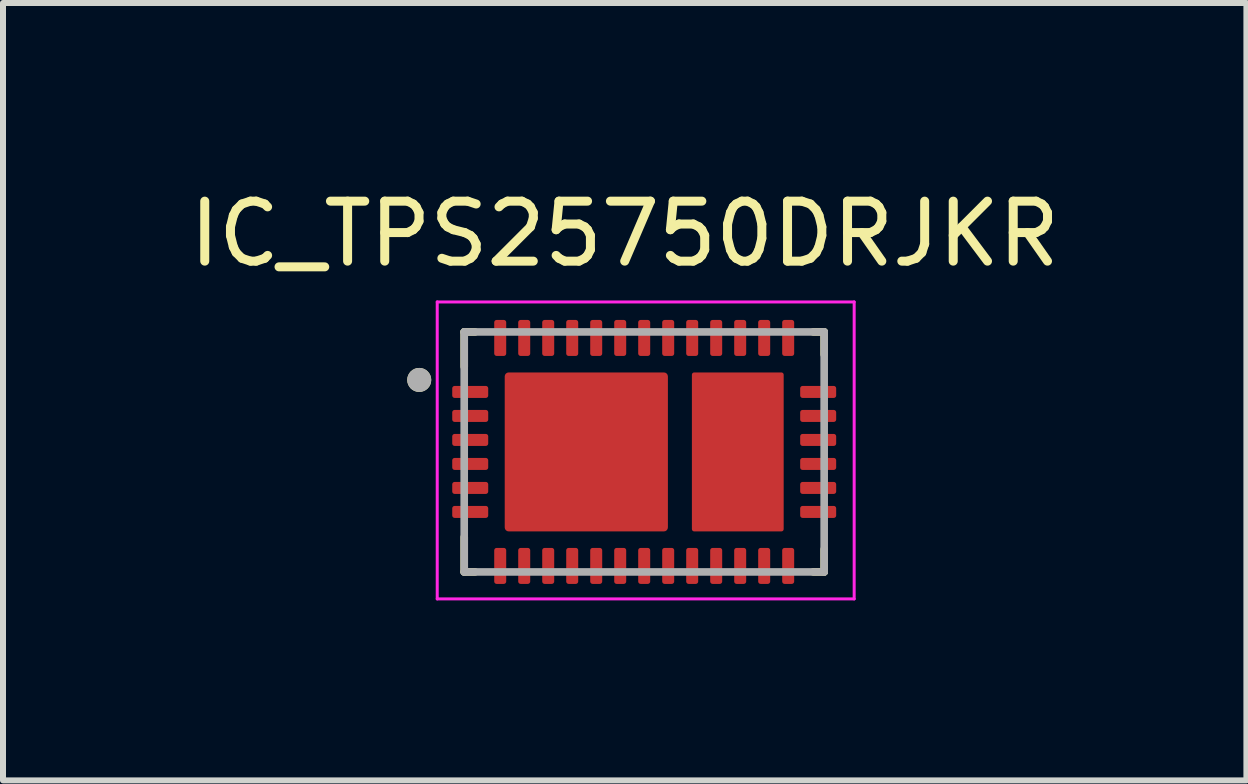
<source format=kicad_pcb>
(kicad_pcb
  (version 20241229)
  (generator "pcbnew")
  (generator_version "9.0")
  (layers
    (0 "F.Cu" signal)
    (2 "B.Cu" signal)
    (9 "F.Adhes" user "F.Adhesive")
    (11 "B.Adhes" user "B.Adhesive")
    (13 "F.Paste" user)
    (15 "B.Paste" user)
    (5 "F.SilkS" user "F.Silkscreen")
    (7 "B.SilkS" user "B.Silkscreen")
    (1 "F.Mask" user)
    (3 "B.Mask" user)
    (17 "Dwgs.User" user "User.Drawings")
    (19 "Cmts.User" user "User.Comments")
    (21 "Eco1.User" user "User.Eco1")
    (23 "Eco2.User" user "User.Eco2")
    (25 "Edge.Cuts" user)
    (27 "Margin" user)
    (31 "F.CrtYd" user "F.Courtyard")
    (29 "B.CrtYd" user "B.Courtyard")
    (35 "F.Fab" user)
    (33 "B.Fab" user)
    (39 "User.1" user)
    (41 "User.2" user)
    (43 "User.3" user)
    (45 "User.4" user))
  (footprint "IC_TPS25750DRJKR"
    (layer "F.Cu")
    (at 7.688 4.483)
    (property "Reference" "IC_TPS25750DRJKR" (at -0.325 -3.635 0) (layer "F.SilkS") (effects (font (size 1 1) (thickness 0.15))))
    (attr smd)
    (fp_poly (pts (xy -2.65 -0.85) (xy -3.15 -0.85) (xy -3.155 -0.85) (xy -3.16 -0.851) (xy -3.166 -0.851) (xy -3.171 -0.852) (xy -3.176 -0.853) (xy -3.181 -0.855) (xy -3.186 -0.857) (xy -3.191 -0.859) (xy -3.195 -0.861) (xy -3.2 -0.863) (xy -3.204 -0.866) (xy -3.209 -0.869) (xy -3.213 -0.872) (xy -3.217 -0.876) (xy -3.221 -0.879) (xy -3.224 -0.883) (xy -3.228 -0.887) (xy -3.231 -0.891) (xy -3.234 -0.896) (xy -3.237 -0.9) (xy -3.239 -0.905) (xy -3.241 -0.909) (xy -3.243 -0.914) (xy -3.245 -0.919) (xy -3.247 -0.924) (xy -3.248 -0.929) (xy -3.249 -0.934) (xy -3.249 -0.94) (xy -3.25 -0.945) (xy -3.25 -0.95) (xy -3.25 -1.05) (xy -3.25 -1.055) (xy -3.249 -1.06) (xy -3.249 -1.066) (xy -3.248 -1.071) (xy -3.247 -1.076) (xy -3.245 -1.081) (xy -3.243 -1.086) (xy -3.241 -1.091) (xy -3.239 -1.095) (xy -3.237 -1.1) (xy -3.234 -1.104) (xy -3.231 -1.109) (xy -3.228 -1.113) (xy -3.224 -1.117) (xy -3.221 -1.121) (xy -3.217 -1.124) (xy -3.213 -1.128) (xy -3.209 -1.131) (xy -3.204 -1.134) (xy -3.2 -1.137) (xy -3.195 -1.139) (xy -3.191 -1.141) (xy -3.186 -1.143) (xy -3.181 -1.145) (xy -3.176 -1.147) (xy -3.171 -1.148) (xy -3.166 -1.149) (xy -3.16 -1.149) (xy -3.155 -1.15) (xy -3.15 -1.15) (xy -2.65 -1.15) (xy -2.645 -1.15) (xy -2.64 -1.149) (xy -2.634 -1.149) (xy -2.629 -1.148) (xy -2.624 -1.147) (xy -2.619 -1.145) (xy -2.614 -1.143) (xy -2.609 -1.141) (xy -2.605 -1.139) (xy -2.6 -1.137) (xy -2.596 -1.134) (xy -2.591 -1.131) (xy -2.587 -1.128) (xy -2.583 -1.124) (xy -2.579 -1.121) (xy -2.576 -1.117) (xy -2.572 -1.113) (xy -2.569 -1.109) (xy -2.566 -1.104) (xy -2.563 -1.1) (xy -2.561 -1.095) (xy -2.559 -1.091) (xy -2.557 -1.086) (xy -2.555 -1.081) (xy -2.553 -1.076) (xy -2.552 -1.071) (xy -2.551 -1.066) (xy -2.551 -1.06) (xy -2.55 -1.055) (xy -2.55 -1.05) (xy -2.55 -0.95) (xy -2.55 -0.945) (xy -2.551 -0.94) (xy -2.551 -0.934) (xy -2.552 -0.929) (xy -2.553 -0.924) (xy -2.555 -0.919) (xy -2.557 -0.914) (xy -2.559 -0.909) (xy -2.561 -0.905) (xy -2.563 -0.9) (xy -2.566 -0.896) (xy -2.569 -0.891) (xy -2.572 -0.887) (xy -2.576 -0.883) (xy -2.579 -0.879) (xy -2.583 -0.876) (xy -2.587 -0.872) (xy -2.591 -0.869) (xy -2.596 -0.866) (xy -2.6 -0.863) (xy -2.605 -0.861) (xy -2.609 -0.859) (xy -2.614 -0.857) (xy -2.619 -0.855) (xy -2.624 -0.853) (xy -2.629 -0.852) (xy -2.634 -0.851) (xy -2.64 -0.851) (xy -2.645 -0.85) (xy -2.65 -0.85)) (stroke (width 0.01) (type solid)) (fill yes) (layer "F.Mask"))
    (fp_poly (pts (xy -2.65 -0.45) (xy -3.15 -0.45) (xy -3.155 -0.45) (xy -3.16 -0.451) (xy -3.166 -0.451) (xy -3.171 -0.452) (xy -3.176 -0.453) (xy -3.181 -0.455) (xy -3.186 -0.457) (xy -3.191 -0.459) (xy -3.195 -0.461) (xy -3.2 -0.463) (xy -3.204 -0.466) (xy -3.209 -0.469) (xy -3.213 -0.472) (xy -3.217 -0.476) (xy -3.221 -0.479) (xy -3.224 -0.483) (xy -3.228 -0.487) (xy -3.231 -0.491) (xy -3.234 -0.496) (xy -3.237 -0.5) (xy -3.239 -0.505) (xy -3.241 -0.509) (xy -3.243 -0.514) (xy -3.245 -0.519) (xy -3.247 -0.524) (xy -3.248 -0.529) (xy -3.249 -0.534) (xy -3.249 -0.54) (xy -3.25 -0.545) (xy -3.25 -0.55) (xy -3.25 -0.65) (xy -3.25 -0.655) (xy -3.249 -0.66) (xy -3.249 -0.666) (xy -3.248 -0.671) (xy -3.247 -0.676) (xy -3.245 -0.681) (xy -3.243 -0.686) (xy -3.241 -0.691) (xy -3.239 -0.695) (xy -3.237 -0.7) (xy -3.234 -0.704) (xy -3.231 -0.709) (xy -3.228 -0.713) (xy -3.224 -0.717) (xy -3.221 -0.721) (xy -3.217 -0.724) (xy -3.213 -0.728) (xy -3.209 -0.731) (xy -3.204 -0.734) (xy -3.2 -0.737) (xy -3.195 -0.739) (xy -3.191 -0.741) (xy -3.186 -0.743) (xy -3.181 -0.745) (xy -3.176 -0.747) (xy -3.171 -0.748) (xy -3.166 -0.749) (xy -3.16 -0.749) (xy -3.155 -0.75) (xy -3.15 -0.75) (xy -2.65 -0.75) (xy -2.645 -0.75) (xy -2.64 -0.749) (xy -2.634 -0.749) (xy -2.629 -0.748) (xy -2.624 -0.747) (xy -2.619 -0.745) (xy -2.614 -0.743) (xy -2.609 -0.741) (xy -2.605 -0.739) (xy -2.6 -0.737) (xy -2.596 -0.734) (xy -2.591 -0.731) (xy -2.587 -0.728) (xy -2.583 -0.724) (xy -2.579 -0.721) (xy -2.576 -0.717) (xy -2.572 -0.713) (xy -2.569 -0.709) (xy -2.566 -0.704) (xy -2.563 -0.7) (xy -2.561 -0.695) (xy -2.559 -0.691) (xy -2.557 -0.686) (xy -2.555 -0.681) (xy -2.553 -0.676) (xy -2.552 -0.671) (xy -2.551 -0.666) (xy -2.551 -0.66) (xy -2.55 -0.655) (xy -2.55 -0.65) (xy -2.55 -0.55) (xy -2.55 -0.545) (xy -2.551 -0.54) (xy -2.551 -0.534) (xy -2.552 -0.529) (xy -2.553 -0.524) (xy -2.555 -0.519) (xy -2.557 -0.514) (xy -2.559 -0.509) (xy -2.561 -0.505) (xy -2.563 -0.5) (xy -2.566 -0.496) (xy -2.569 -0.491) (xy -2.572 -0.487) (xy -2.576 -0.483) (xy -2.579 -0.479) (xy -2.583 -0.476) (xy -2.587 -0.472) (xy -2.591 -0.469) (xy -2.596 -0.466) (xy -2.6 -0.463) (xy -2.605 -0.461) (xy -2.609 -0.459) (xy -2.614 -0.457) (xy -2.619 -0.455) (xy -2.624 -0.453) (xy -2.629 -0.452) (xy -2.634 -0.451) (xy -2.64 -0.451) (xy -2.645 -0.45) (xy -2.65 -0.45)) (stroke (width 0.01) (type solid)) (fill yes) (layer "F.Mask"))
    (fp_poly (pts (xy -2.65 -0.05) (xy -3.15 -0.05) (xy -3.155 -0.05) (xy -3.16 -0.051) (xy -3.166 -0.051) (xy -3.171 -0.052) (xy -3.176 -0.053) (xy -3.181 -0.055) (xy -3.186 -0.057) (xy -3.191 -0.059) (xy -3.195 -0.061) (xy -3.2 -0.063) (xy -3.204 -0.066) (xy -3.209 -0.069) (xy -3.213 -0.072) (xy -3.217 -0.076) (xy -3.221 -0.079) (xy -3.224 -0.083) (xy -3.228 -0.087) (xy -3.231 -0.091) (xy -3.234 -0.096) (xy -3.237 -0.1) (xy -3.239 -0.105) (xy -3.241 -0.109) (xy -3.243 -0.114) (xy -3.245 -0.119) (xy -3.247 -0.124) (xy -3.248 -0.129) (xy -3.249 -0.134) (xy -3.249 -0.14) (xy -3.25 -0.145) (xy -3.25 -0.15) (xy -3.25 -0.25) (xy -3.25 -0.255) (xy -3.249 -0.26) (xy -3.249 -0.266) (xy -3.248 -0.271) (xy -3.247 -0.276) (xy -3.245 -0.281) (xy -3.243 -0.286) (xy -3.241 -0.291) (xy -3.239 -0.295) (xy -3.237 -0.3) (xy -3.234 -0.304) (xy -3.231 -0.309) (xy -3.228 -0.313) (xy -3.224 -0.317) (xy -3.221 -0.321) (xy -3.217 -0.324) (xy -3.213 -0.328) (xy -3.209 -0.331) (xy -3.204 -0.334) (xy -3.2 -0.337) (xy -3.195 -0.339) (xy -3.191 -0.341) (xy -3.186 -0.343) (xy -3.181 -0.345) (xy -3.176 -0.347) (xy -3.171 -0.348) (xy -3.166 -0.349) (xy -3.16 -0.349) (xy -3.155 -0.35) (xy -3.15 -0.35) (xy -2.65 -0.35) (xy -2.645 -0.35) (xy -2.64 -0.349) (xy -2.634 -0.349) (xy -2.629 -0.348) (xy -2.624 -0.347) (xy -2.619 -0.345) (xy -2.614 -0.343) (xy -2.609 -0.341) (xy -2.605 -0.339) (xy -2.6 -0.337) (xy -2.596 -0.334) (xy -2.591 -0.331) (xy -2.587 -0.328) (xy -2.583 -0.324) (xy -2.579 -0.321) (xy -2.576 -0.317) (xy -2.572 -0.313) (xy -2.569 -0.309) (xy -2.566 -0.304) (xy -2.563 -0.3) (xy -2.561 -0.295) (xy -2.559 -0.291) (xy -2.557 -0.286) (xy -2.555 -0.281) (xy -2.553 -0.276) (xy -2.552 -0.271) (xy -2.551 -0.266) (xy -2.551 -0.26) (xy -2.55 -0.255) (xy -2.55 -0.25) (xy -2.55 -0.15) (xy -2.55 -0.145) (xy -2.551 -0.14) (xy -2.551 -0.134) (xy -2.552 -0.129) (xy -2.553 -0.124) (xy -2.555 -0.119) (xy -2.557 -0.114) (xy -2.559 -0.109) (xy -2.561 -0.105) (xy -2.563 -0.1) (xy -2.566 -0.096) (xy -2.569 -0.091) (xy -2.572 -0.087) (xy -2.576 -0.083) (xy -2.579 -0.079) (xy -2.583 -0.076) (xy -2.587 -0.072) (xy -2.591 -0.069) (xy -2.596 -0.066) (xy -2.6 -0.063) (xy -2.605 -0.061) (xy -2.609 -0.059) (xy -2.614 -0.057) (xy -2.619 -0.055) (xy -2.624 -0.053) (xy -2.629 -0.052) (xy -2.634 -0.051) (xy -2.64 -0.051) (xy -2.645 -0.05) (xy -2.65 -0.05)) (stroke (width 0.01) (type solid)) (fill yes) (layer "F.Mask"))
    (fp_poly (pts (xy -2.65 0.35) (xy -3.15 0.35) (xy -3.155 0.35) (xy -3.16 0.349) (xy -3.166 0.349) (xy -3.171 0.348) (xy -3.176 0.347) (xy -3.181 0.345) (xy -3.186 0.343) (xy -3.191 0.341) (xy -3.195 0.339) (xy -3.2 0.337) (xy -3.204 0.334) (xy -3.209 0.331) (xy -3.213 0.328) (xy -3.217 0.324) (xy -3.221 0.321) (xy -3.224 0.317) (xy -3.228 0.313) (xy -3.231 0.309) (xy -3.234 0.304) (xy -3.237 0.3) (xy -3.239 0.295) (xy -3.241 0.291) (xy -3.243 0.286) (xy -3.245 0.281) (xy -3.247 0.276) (xy -3.248 0.271) (xy -3.249 0.266) (xy -3.249 0.26) (xy -3.25 0.255) (xy -3.25 0.25) (xy -3.25 0.15) (xy -3.25 0.145) (xy -3.249 0.14) (xy -3.249 0.134) (xy -3.248 0.129) (xy -3.247 0.124) (xy -3.245 0.119) (xy -3.243 0.114) (xy -3.241 0.109) (xy -3.239 0.105) (xy -3.237 0.1) (xy -3.234 0.096) (xy -3.231 0.091) (xy -3.228 0.087) (xy -3.224 0.083) (xy -3.221 0.079) (xy -3.217 0.076) (xy -3.213 0.072) (xy -3.209 0.069) (xy -3.204 0.066) (xy -3.2 0.063) (xy -3.195 0.061) (xy -3.191 0.059) (xy -3.186 0.057) (xy -3.181 0.055) (xy -3.176 0.053) (xy -3.171 0.052) (xy -3.166 0.051) (xy -3.16 0.051) (xy -3.155 0.05) (xy -3.15 0.05) (xy -2.65 0.05) (xy -2.645 0.05) (xy -2.64 0.051) (xy -2.634 0.051) (xy -2.629 0.052) (xy -2.624 0.053) (xy -2.619 0.055) (xy -2.614 0.057) (xy -2.609 0.059) (xy -2.605 0.061) (xy -2.6 0.063) (xy -2.596 0.066) (xy -2.591 0.069) (xy -2.587 0.072) (xy -2.583 0.076) (xy -2.579 0.079) (xy -2.576 0.083) (xy -2.572 0.087) (xy -2.569 0.091) (xy -2.566 0.096) (xy -2.563 0.1) (xy -2.561 0.105) (xy -2.559 0.109) (xy -2.557 0.114) (xy -2.555 0.119) (xy -2.553 0.124) (xy -2.552 0.129) (xy -2.551 0.134) (xy -2.551 0.14) (xy -2.55 0.145) (xy -2.55 0.15) (xy -2.55 0.25) (xy -2.55 0.255) (xy -2.551 0.26) (xy -2.551 0.266) (xy -2.552 0.271) (xy -2.553 0.276) (xy -2.555 0.281) (xy -2.557 0.286) (xy -2.559 0.291) (xy -2.561 0.295) (xy -2.563 0.3) (xy -2.566 0.304) (xy -2.569 0.309) (xy -2.572 0.313) (xy -2.576 0.317) (xy -2.579 0.321) (xy -2.583 0.324) (xy -2.587 0.328) (xy -2.591 0.331) (xy -2.596 0.334) (xy -2.6 0.337) (xy -2.605 0.339) (xy -2.609 0.341) (xy -2.614 0.343) (xy -2.619 0.345) (xy -2.624 0.347) (xy -2.629 0.348) (xy -2.634 0.349) (xy -2.64 0.349) (xy -2.645 0.35) (xy -2.65 0.35)) (stroke (width 0.01) (type solid)) (fill yes) (layer "F.Mask"))
    (fp_poly (pts (xy -2.65 0.75) (xy -3.15 0.75) (xy -3.155 0.75) (xy -3.16 0.749) (xy -3.166 0.749) (xy -3.171 0.748) (xy -3.176 0.747) (xy -3.181 0.745) (xy -3.186 0.743) (xy -3.191 0.741) (xy -3.195 0.739) (xy -3.2 0.737) (xy -3.204 0.734) (xy -3.209 0.731) (xy -3.213 0.728) (xy -3.217 0.724) (xy -3.221 0.721) (xy -3.224 0.717) (xy -3.228 0.713) (xy -3.231 0.709) (xy -3.234 0.704) (xy -3.237 0.7) (xy -3.239 0.695) (xy -3.241 0.691) (xy -3.243 0.686) (xy -3.245 0.681) (xy -3.247 0.676) (xy -3.248 0.671) (xy -3.249 0.666) (xy -3.249 0.66) (xy -3.25 0.655) (xy -3.25 0.65) (xy -3.25 0.55) (xy -3.25 0.545) (xy -3.249 0.54) (xy -3.249 0.534) (xy -3.248 0.529) (xy -3.247 0.524) (xy -3.245 0.519) (xy -3.243 0.514) (xy -3.241 0.509) (xy -3.239 0.505) (xy -3.237 0.5) (xy -3.234 0.496) (xy -3.231 0.491) (xy -3.228 0.487) (xy -3.224 0.483) (xy -3.221 0.479) (xy -3.217 0.476) (xy -3.213 0.472) (xy -3.209 0.469) (xy -3.204 0.466) (xy -3.2 0.463) (xy -3.195 0.461) (xy -3.191 0.459) (xy -3.186 0.457) (xy -3.181 0.455) (xy -3.176 0.453) (xy -3.171 0.452) (xy -3.166 0.451) (xy -3.16 0.451) (xy -3.155 0.45) (xy -3.15 0.45) (xy -2.65 0.45) (xy -2.645 0.45) (xy -2.64 0.451) (xy -2.634 0.451) (xy -2.629 0.452) (xy -2.624 0.453) (xy -2.619 0.455) (xy -2.614 0.457) (xy -2.609 0.459) (xy -2.605 0.461) (xy -2.6 0.463) (xy -2.596 0.466) (xy -2.591 0.469) (xy -2.587 0.472) (xy -2.583 0.476) (xy -2.579 0.479) (xy -2.576 0.483) (xy -2.572 0.487) (xy -2.569 0.491) (xy -2.566 0.496) (xy -2.563 0.5) (xy -2.561 0.505) (xy -2.559 0.509) (xy -2.557 0.514) (xy -2.555 0.519) (xy -2.553 0.524) (xy -2.552 0.529) (xy -2.551 0.534) (xy -2.551 0.54) (xy -2.55 0.545) (xy -2.55 0.55) (xy -2.55 0.65) (xy -2.55 0.655) (xy -2.551 0.66) (xy -2.551 0.666) (xy -2.552 0.671) (xy -2.553 0.676) (xy -2.555 0.681) (xy -2.557 0.686) (xy -2.559 0.691) (xy -2.561 0.695) (xy -2.563 0.7) (xy -2.566 0.704) (xy -2.569 0.709) (xy -2.572 0.713) (xy -2.576 0.717) (xy -2.579 0.721) (xy -2.583 0.724) (xy -2.587 0.728) (xy -2.591 0.731) (xy -2.596 0.734) (xy -2.6 0.737) (xy -2.605 0.739) (xy -2.609 0.741) (xy -2.614 0.743) (xy -2.619 0.745) (xy -2.624 0.747) (xy -2.629 0.748) (xy -2.634 0.749) (xy -2.64 0.749) (xy -2.645 0.75) (xy -2.65 0.75)) (stroke (width 0.01) (type solid)) (fill yes) (layer "F.Mask"))
    (fp_poly (pts (xy -2.65 1.15) (xy -3.15 1.15) (xy -3.155 1.15) (xy -3.16 1.149) (xy -3.166 1.149) (xy -3.171 1.148) (xy -3.176 1.147) (xy -3.181 1.145) (xy -3.186 1.143) (xy -3.191 1.141) (xy -3.195 1.139) (xy -3.2 1.137) (xy -3.204 1.134) (xy -3.209 1.131) (xy -3.213 1.128) (xy -3.217 1.124) (xy -3.221 1.121) (xy -3.224 1.117) (xy -3.228 1.113) (xy -3.231 1.109) (xy -3.234 1.104) (xy -3.237 1.1) (xy -3.239 1.095) (xy -3.241 1.091) (xy -3.243 1.086) (xy -3.245 1.081) (xy -3.247 1.076) (xy -3.248 1.071) (xy -3.249 1.066) (xy -3.249 1.06) (xy -3.25 1.055) (xy -3.25 1.05) (xy -3.25 0.95) (xy -3.25 0.945) (xy -3.249 0.94) (xy -3.249 0.934) (xy -3.248 0.929) (xy -3.247 0.924) (xy -3.245 0.919) (xy -3.243 0.914) (xy -3.241 0.909) (xy -3.239 0.905) (xy -3.237 0.9) (xy -3.234 0.896) (xy -3.231 0.891) (xy -3.228 0.887) (xy -3.224 0.883) (xy -3.221 0.879) (xy -3.217 0.876) (xy -3.213 0.872) (xy -3.209 0.869) (xy -3.204 0.866) (xy -3.2 0.863) (xy -3.195 0.861) (xy -3.191 0.859) (xy -3.186 0.857) (xy -3.181 0.855) (xy -3.176 0.853) (xy -3.171 0.852) (xy -3.166 0.851) (xy -3.16 0.851) (xy -3.155 0.85) (xy -3.15 0.85) (xy -2.65 0.85) (xy -2.645 0.85) (xy -2.64 0.851) (xy -2.634 0.851) (xy -2.629 0.852) (xy -2.624 0.853) (xy -2.619 0.855) (xy -2.614 0.857) (xy -2.609 0.859) (xy -2.605 0.861) (xy -2.6 0.863) (xy -2.596 0.866) (xy -2.591 0.869) (xy -2.587 0.872) (xy -2.583 0.876) (xy -2.579 0.879) (xy -2.576 0.883) (xy -2.572 0.887) (xy -2.569 0.891) (xy -2.566 0.896) (xy -2.563 0.9) (xy -2.561 0.905) (xy -2.559 0.909) (xy -2.557 0.914) (xy -2.555 0.919) (xy -2.553 0.924) (xy -2.552 0.929) (xy -2.551 0.934) (xy -2.551 0.94) (xy -2.55 0.945) (xy -2.55 0.95) (xy -2.55 1.05) (xy -2.55 1.055) (xy -2.551 1.06) (xy -2.551 1.066) (xy -2.552 1.071) (xy -2.553 1.076) (xy -2.555 1.081) (xy -2.557 1.086) (xy -2.559 1.091) (xy -2.561 1.095) (xy -2.563 1.1) (xy -2.566 1.104) (xy -2.569 1.109) (xy -2.572 1.113) (xy -2.576 1.117) (xy -2.579 1.121) (xy -2.583 1.124) (xy -2.587 1.128) (xy -2.591 1.131) (xy -2.596 1.134) (xy -2.6 1.137) (xy -2.605 1.139) (xy -2.609 1.141) (xy -2.614 1.143) (xy -2.619 1.145) (xy -2.624 1.147) (xy -2.629 1.148) (xy -2.634 1.149) (xy -2.64 1.149) (xy -2.645 1.15) (xy -2.65 1.15)) (stroke (width 0.01) (type solid)) (fill yes) (layer "F.Mask"))
    (fp_poly (pts (xy -2.55 -1.65) (xy -2.55 -2.15) (xy -2.55 -2.155) (xy -2.549 -2.16) (xy -2.549 -2.166) (xy -2.548 -2.171) (xy -2.547 -2.176) (xy -2.545 -2.181) (xy -2.543 -2.186) (xy -2.541 -2.191) (xy -2.539 -2.195) (xy -2.537 -2.2) (xy -2.534 -2.204) (xy -2.531 -2.209) (xy -2.528 -2.213) (xy -2.524 -2.217) (xy -2.521 -2.221) (xy -2.517 -2.224) (xy -2.513 -2.228) (xy -2.509 -2.231) (xy -2.504 -2.234) (xy -2.5 -2.237) (xy -2.495 -2.239) (xy -2.491 -2.241) (xy -2.486 -2.243) (xy -2.481 -2.245) (xy -2.476 -2.247) (xy -2.471 -2.248) (xy -2.466 -2.249) (xy -2.46 -2.249) (xy -2.455 -2.25) (xy -2.45 -2.25) (xy -2.35 -2.25) (xy -2.345 -2.25) (xy -2.34 -2.249) (xy -2.334 -2.249) (xy -2.329 -2.248) (xy -2.324 -2.247) (xy -2.319 -2.245) (xy -2.314 -2.243) (xy -2.309 -2.241) (xy -2.305 -2.239) (xy -2.3 -2.237) (xy -2.296 -2.234) (xy -2.291 -2.231) (xy -2.287 -2.228) (xy -2.283 -2.224) (xy -2.279 -2.221) (xy -2.276 -2.217) (xy -2.272 -2.213) (xy -2.269 -2.209) (xy -2.266 -2.204) (xy -2.263 -2.2) (xy -2.261 -2.195) (xy -2.259 -2.191) (xy -2.257 -2.186) (xy -2.255 -2.181) (xy -2.253 -2.176) (xy -2.252 -2.171) (xy -2.251 -2.166) (xy -2.251 -2.16) (xy -2.25 -2.155) (xy -2.25 -2.15) (xy -2.25 -1.65) (xy -2.25 -1.645) (xy -2.251 -1.64) (xy -2.251 -1.634) (xy -2.252 -1.629) (xy -2.253 -1.624) (xy -2.255 -1.619) (xy -2.257 -1.614) (xy -2.259 -1.609) (xy -2.261 -1.605) (xy -2.263 -1.6) (xy -2.266 -1.596) (xy -2.269 -1.591) (xy -2.272 -1.587) (xy -2.276 -1.583) (xy -2.279 -1.579) (xy -2.283 -1.576) (xy -2.287 -1.572) (xy -2.291 -1.569) (xy -2.296 -1.566) (xy -2.3 -1.563) (xy -2.305 -1.561) (xy -2.309 -1.559) (xy -2.314 -1.557) (xy -2.319 -1.555) (xy -2.324 -1.553) (xy -2.329 -1.552) (xy -2.334 -1.551) (xy -2.34 -1.551) (xy -2.345 -1.55) (xy -2.35 -1.55) (xy -2.45 -1.55) (xy -2.455 -1.55) (xy -2.46 -1.551) (xy -2.466 -1.551) (xy -2.471 -1.552) (xy -2.476 -1.553) (xy -2.481 -1.555) (xy -2.486 -1.557) (xy -2.491 -1.559) (xy -2.495 -1.561) (xy -2.5 -1.563) (xy -2.504 -1.566) (xy -2.509 -1.569) (xy -2.513 -1.572) (xy -2.517 -1.576) (xy -2.521 -1.579) (xy -2.524 -1.583) (xy -2.528 -1.587) (xy -2.531 -1.591) (xy -2.534 -1.596) (xy -2.537 -1.6) (xy -2.539 -1.605) (xy -2.541 -1.609) (xy -2.543 -1.614) (xy -2.545 -1.619) (xy -2.547 -1.624) (xy -2.548 -1.629) (xy -2.549 -1.634) (xy -2.549 -1.64) (xy -2.55 -1.645) (xy -2.55 -1.65)) (stroke (width 0.01) (type solid)) (fill yes) (layer "F.Mask"))
    (fp_poly (pts (xy -2.25 1.65) (xy -2.25 2.15) (xy -2.25 2.155) (xy -2.251 2.16) (xy -2.251 2.166) (xy -2.252 2.171) (xy -2.253 2.176) (xy -2.255 2.181) (xy -2.257 2.186) (xy -2.259 2.191) (xy -2.261 2.195) (xy -2.263 2.2) (xy -2.266 2.204) (xy -2.269 2.209) (xy -2.272 2.213) (xy -2.276 2.217) (xy -2.279 2.221) (xy -2.283 2.224) (xy -2.287 2.228) (xy -2.291 2.231) (xy -2.296 2.234) (xy -2.3 2.237) (xy -2.305 2.239) (xy -2.309 2.241) (xy -2.314 2.243) (xy -2.319 2.245) (xy -2.324 2.247) (xy -2.329 2.248) (xy -2.334 2.249) (xy -2.34 2.249) (xy -2.345 2.25) (xy -2.35 2.25) (xy -2.45 2.25) (xy -2.455 2.25) (xy -2.46 2.249) (xy -2.466 2.249) (xy -2.471 2.248) (xy -2.476 2.247) (xy -2.481 2.245) (xy -2.486 2.243) (xy -2.491 2.241) (xy -2.495 2.239) (xy -2.5 2.237) (xy -2.504 2.234) (xy -2.509 2.231) (xy -2.513 2.228) (xy -2.517 2.224) (xy -2.521 2.221) (xy -2.524 2.217) (xy -2.528 2.213) (xy -2.531 2.209) (xy -2.534 2.204) (xy -2.537 2.2) (xy -2.539 2.195) (xy -2.541 2.191) (xy -2.543 2.186) (xy -2.545 2.181) (xy -2.547 2.176) (xy -2.548 2.171) (xy -2.549 2.166) (xy -2.549 2.16) (xy -2.55 2.155) (xy -2.55 2.15) (xy -2.55 1.65) (xy -2.55 1.645) (xy -2.549 1.64) (xy -2.549 1.634) (xy -2.548 1.629) (xy -2.547 1.624) (xy -2.545 1.619) (xy -2.543 1.614) (xy -2.541 1.609) (xy -2.539 1.605) (xy -2.537 1.6) (xy -2.534 1.596) (xy -2.531 1.591) (xy -2.528 1.587) (xy -2.524 1.583) (xy -2.521 1.579) (xy -2.517 1.576) (xy -2.513 1.572) (xy -2.509 1.569) (xy -2.504 1.566) (xy -2.5 1.563) (xy -2.495 1.561) (xy -2.491 1.559) (xy -2.486 1.557) (xy -2.481 1.555) (xy -2.476 1.553) (xy -2.471 1.552) (xy -2.466 1.551) (xy -2.46 1.551) (xy -2.455 1.55) (xy -2.45 1.55) (xy -2.35 1.55) (xy -2.345 1.55) (xy -2.34 1.551) (xy -2.334 1.551) (xy -2.329 1.552) (xy -2.324 1.553) (xy -2.319 1.555) (xy -2.314 1.557) (xy -2.309 1.559) (xy -2.305 1.561) (xy -2.3 1.563) (xy -2.296 1.566) (xy -2.291 1.569) (xy -2.287 1.572) (xy -2.283 1.576) (xy -2.279 1.579) (xy -2.276 1.583) (xy -2.272 1.587) (xy -2.269 1.591) (xy -2.266 1.596) (xy -2.263 1.6) (xy -2.261 1.605) (xy -2.259 1.609) (xy -2.257 1.614) (xy -2.255 1.619) (xy -2.253 1.624) (xy -2.252 1.629) (xy -2.251 1.634) (xy -2.251 1.64) (xy -2.25 1.645) (xy -2.25 1.65)) (stroke (width 0.01) (type solid)) (fill yes) (layer "F.Mask"))
    (fp_poly (pts (xy -2.15 -1.65) (xy -2.15 -2.15) (xy -2.15 -2.155) (xy -2.149 -2.16) (xy -2.149 -2.166) (xy -2.148 -2.171) (xy -2.147 -2.176) (xy -2.145 -2.181) (xy -2.143 -2.186) (xy -2.141 -2.191) (xy -2.139 -2.195) (xy -2.137 -2.2) (xy -2.134 -2.204) (xy -2.131 -2.209) (xy -2.128 -2.213) (xy -2.124 -2.217) (xy -2.121 -2.221) (xy -2.117 -2.224) (xy -2.113 -2.228) (xy -2.109 -2.231) (xy -2.104 -2.234) (xy -2.1 -2.237) (xy -2.095 -2.239) (xy -2.091 -2.241) (xy -2.086 -2.243) (xy -2.081 -2.245) (xy -2.076 -2.247) (xy -2.071 -2.248) (xy -2.066 -2.249) (xy -2.06 -2.249) (xy -2.055 -2.25) (xy -2.05 -2.25) (xy -1.95 -2.25) (xy -1.945 -2.25) (xy -1.94 -2.249) (xy -1.934 -2.249) (xy -1.929 -2.248) (xy -1.924 -2.247) (xy -1.919 -2.245) (xy -1.914 -2.243) (xy -1.909 -2.241) (xy -1.905 -2.239) (xy -1.9 -2.237) (xy -1.896 -2.234) (xy -1.891 -2.231) (xy -1.887 -2.228) (xy -1.883 -2.224) (xy -1.879 -2.221) (xy -1.876 -2.217) (xy -1.872 -2.213) (xy -1.869 -2.209) (xy -1.866 -2.204) (xy -1.863 -2.2) (xy -1.861 -2.195) (xy -1.859 -2.191) (xy -1.857 -2.186) (xy -1.855 -2.181) (xy -1.853 -2.176) (xy -1.852 -2.171) (xy -1.851 -2.166) (xy -1.851 -2.16) (xy -1.85 -2.155) (xy -1.85 -2.15) (xy -1.85 -1.65) (xy -1.85 -1.645) (xy -1.851 -1.64) (xy -1.851 -1.634) (xy -1.852 -1.629) (xy -1.853 -1.624) (xy -1.855 -1.619) (xy -1.857 -1.614) (xy -1.859 -1.609) (xy -1.861 -1.605) (xy -1.863 -1.6) (xy -1.866 -1.596) (xy -1.869 -1.591) (xy -1.872 -1.587) (xy -1.876 -1.583) (xy -1.879 -1.579) (xy -1.883 -1.576) (xy -1.887 -1.572) (xy -1.891 -1.569) (xy -1.896 -1.566) (xy -1.9 -1.563) (xy -1.905 -1.561) (xy -1.909 -1.559) (xy -1.914 -1.557) (xy -1.919 -1.555) (xy -1.924 -1.553) (xy -1.929 -1.552) (xy -1.934 -1.551) (xy -1.94 -1.551) (xy -1.945 -1.55) (xy -1.95 -1.55) (xy -2.05 -1.55) (xy -2.055 -1.55) (xy -2.06 -1.551) (xy -2.066 -1.551) (xy -2.071 -1.552) (xy -2.076 -1.553) (xy -2.081 -1.555) (xy -2.086 -1.557) (xy -2.091 -1.559) (xy -2.095 -1.561) (xy -2.1 -1.563) (xy -2.104 -1.566) (xy -2.109 -1.569) (xy -2.113 -1.572) (xy -2.117 -1.576) (xy -2.121 -1.579) (xy -2.124 -1.583) (xy -2.128 -1.587) (xy -2.131 -1.591) (xy -2.134 -1.596) (xy -2.137 -1.6) (xy -2.139 -1.605) (xy -2.141 -1.609) (xy -2.143 -1.614) (xy -2.145 -1.619) (xy -2.147 -1.624) (xy -2.148 -1.629) (xy -2.149 -1.634) (xy -2.149 -1.64) (xy -2.15 -1.645) (xy -2.15 -1.65)) (stroke (width 0.01) (type solid)) (fill yes) (layer "F.Mask"))
    (fp_poly (pts (xy -1.85 1.65) (xy -1.85 2.15) (xy -1.85 2.155) (xy -1.851 2.16) (xy -1.851 2.166) (xy -1.852 2.171) (xy -1.853 2.176) (xy -1.855 2.181) (xy -1.857 2.186) (xy -1.859 2.191) (xy -1.861 2.195) (xy -1.863 2.2) (xy -1.866 2.204) (xy -1.869 2.209) (xy -1.872 2.213) (xy -1.876 2.217) (xy -1.879 2.221) (xy -1.883 2.224) (xy -1.887 2.228) (xy -1.891 2.231) (xy -1.896 2.234) (xy -1.9 2.237) (xy -1.905 2.239) (xy -1.909 2.241) (xy -1.914 2.243) (xy -1.919 2.245) (xy -1.924 2.247) (xy -1.929 2.248) (xy -1.934 2.249) (xy -1.94 2.249) (xy -1.945 2.25) (xy -1.95 2.25) (xy -2.05 2.25) (xy -2.055 2.25) (xy -2.06 2.249) (xy -2.066 2.249) (xy -2.071 2.248) (xy -2.076 2.247) (xy -2.081 2.245) (xy -2.086 2.243) (xy -2.091 2.241) (xy -2.095 2.239) (xy -2.1 2.237) (xy -2.104 2.234) (xy -2.109 2.231) (xy -2.113 2.228) (xy -2.117 2.224) (xy -2.121 2.221) (xy -2.124 2.217) (xy -2.128 2.213) (xy -2.131 2.209) (xy -2.134 2.204) (xy -2.137 2.2) (xy -2.139 2.195) (xy -2.141 2.191) (xy -2.143 2.186) (xy -2.145 2.181) (xy -2.147 2.176) (xy -2.148 2.171) (xy -2.149 2.166) (xy -2.149 2.16) (xy -2.15 2.155) (xy -2.15 2.15) (xy -2.15 1.65) (xy -2.15 1.645) (xy -2.149 1.64) (xy -2.149 1.634) (xy -2.148 1.629) (xy -2.147 1.624) (xy -2.145 1.619) (xy -2.143 1.614) (xy -2.141 1.609) (xy -2.139 1.605) (xy -2.137 1.6) (xy -2.134 1.596) (xy -2.131 1.591) (xy -2.128 1.587) (xy -2.124 1.583) (xy -2.121 1.579) (xy -2.117 1.576) (xy -2.113 1.572) (xy -2.109 1.569) (xy -2.104 1.566) (xy -2.1 1.563) (xy -2.095 1.561) (xy -2.091 1.559) (xy -2.086 1.557) (xy -2.081 1.555) (xy -2.076 1.553) (xy -2.071 1.552) (xy -2.066 1.551) (xy -2.06 1.551) (xy -2.055 1.55) (xy -2.05 1.55) (xy -1.95 1.55) (xy -1.945 1.55) (xy -1.94 1.551) (xy -1.934 1.551) (xy -1.929 1.552) (xy -1.924 1.553) (xy -1.919 1.555) (xy -1.914 1.557) (xy -1.909 1.559) (xy -1.905 1.561) (xy -1.9 1.563) (xy -1.896 1.566) (xy -1.891 1.569) (xy -1.887 1.572) (xy -1.883 1.576) (xy -1.879 1.579) (xy -1.876 1.583) (xy -1.872 1.587) (xy -1.869 1.591) (xy -1.866 1.596) (xy -1.863 1.6) (xy -1.861 1.605) (xy -1.859 1.609) (xy -1.857 1.614) (xy -1.855 1.619) (xy -1.853 1.624) (xy -1.852 1.629) (xy -1.851 1.634) (xy -1.851 1.64) (xy -1.85 1.645) (xy -1.85 1.65)) (stroke (width 0.01) (type solid)) (fill yes) (layer "F.Mask"))
    (fp_poly (pts (xy -1.75 -1.65) (xy -1.75 -2.15) (xy -1.75 -2.155) (xy -1.749 -2.16) (xy -1.749 -2.166) (xy -1.748 -2.171) (xy -1.747 -2.176) (xy -1.745 -2.181) (xy -1.743 -2.186) (xy -1.741 -2.191) (xy -1.739 -2.195) (xy -1.737 -2.2) (xy -1.734 -2.204) (xy -1.731 -2.209) (xy -1.728 -2.213) (xy -1.724 -2.217) (xy -1.721 -2.221) (xy -1.717 -2.224) (xy -1.713 -2.228) (xy -1.709 -2.231) (xy -1.704 -2.234) (xy -1.7 -2.237) (xy -1.695 -2.239) (xy -1.691 -2.241) (xy -1.686 -2.243) (xy -1.681 -2.245) (xy -1.676 -2.247) (xy -1.671 -2.248) (xy -1.666 -2.249) (xy -1.66 -2.249) (xy -1.655 -2.25) (xy -1.65 -2.25) (xy -1.55 -2.25) (xy -1.545 -2.25) (xy -1.54 -2.249) (xy -1.534 -2.249) (xy -1.529 -2.248) (xy -1.524 -2.247) (xy -1.519 -2.245) (xy -1.514 -2.243) (xy -1.509 -2.241) (xy -1.505 -2.239) (xy -1.5 -2.237) (xy -1.496 -2.234) (xy -1.491 -2.231) (xy -1.487 -2.228) (xy -1.483 -2.224) (xy -1.479 -2.221) (xy -1.476 -2.217) (xy -1.472 -2.213) (xy -1.469 -2.209) (xy -1.466 -2.204) (xy -1.463 -2.2) (xy -1.461 -2.195) (xy -1.459 -2.191) (xy -1.457 -2.186) (xy -1.455 -2.181) (xy -1.453 -2.176) (xy -1.452 -2.171) (xy -1.451 -2.166) (xy -1.451 -2.16) (xy -1.45 -2.155) (xy -1.45 -2.15) (xy -1.45 -1.65) (xy -1.45 -1.645) (xy -1.451 -1.64) (xy -1.451 -1.634) (xy -1.452 -1.629) (xy -1.453 -1.624) (xy -1.455 -1.619) (xy -1.457 -1.614) (xy -1.459 -1.609) (xy -1.461 -1.605) (xy -1.463 -1.6) (xy -1.466 -1.596) (xy -1.469 -1.591) (xy -1.472 -1.587) (xy -1.476 -1.583) (xy -1.479 -1.579) (xy -1.483 -1.576) (xy -1.487 -1.572) (xy -1.491 -1.569) (xy -1.496 -1.566) (xy -1.5 -1.563) (xy -1.505 -1.561) (xy -1.509 -1.559) (xy -1.514 -1.557) (xy -1.519 -1.555) (xy -1.524 -1.553) (xy -1.529 -1.552) (xy -1.534 -1.551) (xy -1.54 -1.551) (xy -1.545 -1.55) (xy -1.55 -1.55) (xy -1.65 -1.55) (xy -1.655 -1.55) (xy -1.66 -1.551) (xy -1.666 -1.551) (xy -1.671 -1.552) (xy -1.676 -1.553) (xy -1.681 -1.555) (xy -1.686 -1.557) (xy -1.691 -1.559) (xy -1.695 -1.561) (xy -1.7 -1.563) (xy -1.704 -1.566) (xy -1.709 -1.569) (xy -1.713 -1.572) (xy -1.717 -1.576) (xy -1.721 -1.579) (xy -1.724 -1.583) (xy -1.728 -1.587) (xy -1.731 -1.591) (xy -1.734 -1.596) (xy -1.737 -1.6) (xy -1.739 -1.605) (xy -1.741 -1.609) (xy -1.743 -1.614) (xy -1.745 -1.619) (xy -1.747 -1.624) (xy -1.748 -1.629) (xy -1.749 -1.634) (xy -1.749 -1.64) (xy -1.75 -1.645) (xy -1.75 -1.65)) (stroke (width 0.01) (type solid)) (fill yes) (layer "F.Mask"))
    (fp_poly (pts (xy -1.45 1.65) (xy -1.45 2.15) (xy -1.45 2.155) (xy -1.451 2.16) (xy -1.451 2.166) (xy -1.452 2.171) (xy -1.453 2.176) (xy -1.455 2.181) (xy -1.457 2.186) (xy -1.459 2.191) (xy -1.461 2.195) (xy -1.463 2.2) (xy -1.466 2.204) (xy -1.469 2.209) (xy -1.472 2.213) (xy -1.476 2.217) (xy -1.479 2.221) (xy -1.483 2.224) (xy -1.487 2.228) (xy -1.491 2.231) (xy -1.496 2.234) (xy -1.5 2.237) (xy -1.505 2.239) (xy -1.509 2.241) (xy -1.514 2.243) (xy -1.519 2.245) (xy -1.524 2.247) (xy -1.529 2.248) (xy -1.534 2.249) (xy -1.54 2.249) (xy -1.545 2.25) (xy -1.55 2.25) (xy -1.65 2.25) (xy -1.655 2.25) (xy -1.66 2.249) (xy -1.666 2.249) (xy -1.671 2.248) (xy -1.676 2.247) (xy -1.681 2.245) (xy -1.686 2.243) (xy -1.691 2.241) (xy -1.695 2.239) (xy -1.7 2.237) (xy -1.704 2.234) (xy -1.709 2.231) (xy -1.713 2.228) (xy -1.717 2.224) (xy -1.721 2.221) (xy -1.724 2.217) (xy -1.728 2.213) (xy -1.731 2.209) (xy -1.734 2.204) (xy -1.737 2.2) (xy -1.739 2.195) (xy -1.741 2.191) (xy -1.743 2.186) (xy -1.745 2.181) (xy -1.747 2.176) (xy -1.748 2.171) (xy -1.749 2.166) (xy -1.749 2.16) (xy -1.75 2.155) (xy -1.75 2.15) (xy -1.75 1.65) (xy -1.75 1.645) (xy -1.749 1.64) (xy -1.749 1.634) (xy -1.748 1.629) (xy -1.747 1.624) (xy -1.745 1.619) (xy -1.743 1.614) (xy -1.741 1.609) (xy -1.739 1.605) (xy -1.737 1.6) (xy -1.734 1.596) (xy -1.731 1.591) (xy -1.728 1.587) (xy -1.724 1.583) (xy -1.721 1.579) (xy -1.717 1.576) (xy -1.713 1.572) (xy -1.709 1.569) (xy -1.704 1.566) (xy -1.7 1.563) (xy -1.695 1.561) (xy -1.691 1.559) (xy -1.686 1.557) (xy -1.681 1.555) (xy -1.676 1.553) (xy -1.671 1.552) (xy -1.666 1.551) (xy -1.66 1.551) (xy -1.655 1.55) (xy -1.65 1.55) (xy -1.55 1.55) (xy -1.545 1.55) (xy -1.54 1.551) (xy -1.534 1.551) (xy -1.529 1.552) (xy -1.524 1.553) (xy -1.519 1.555) (xy -1.514 1.557) (xy -1.509 1.559) (xy -1.505 1.561) (xy -1.5 1.563) (xy -1.496 1.566) (xy -1.491 1.569) (xy -1.487 1.572) (xy -1.483 1.576) (xy -1.479 1.579) (xy -1.476 1.583) (xy -1.472 1.587) (xy -1.469 1.591) (xy -1.466 1.596) (xy -1.463 1.6) (xy -1.461 1.605) (xy -1.459 1.609) (xy -1.457 1.614) (xy -1.455 1.619) (xy -1.453 1.624) (xy -1.452 1.629) (xy -1.451 1.634) (xy -1.451 1.64) (xy -1.45 1.645) (xy -1.45 1.65)) (stroke (width 0.01) (type solid)) (fill yes) (layer "F.Mask"))
    (fp_poly (pts (xy -1.35 -1.65) (xy -1.35 -2.15) (xy -1.35 -2.155) (xy -1.349 -2.16) (xy -1.349 -2.166) (xy -1.348 -2.171) (xy -1.347 -2.176) (xy -1.345 -2.181) (xy -1.343 -2.186) (xy -1.341 -2.191) (xy -1.339 -2.195) (xy -1.337 -2.2) (xy -1.334 -2.204) (xy -1.331 -2.209) (xy -1.328 -2.213) (xy -1.324 -2.217) (xy -1.321 -2.221) (xy -1.317 -2.224) (xy -1.313 -2.228) (xy -1.309 -2.231) (xy -1.304 -2.234) (xy -1.3 -2.237) (xy -1.295 -2.239) (xy -1.291 -2.241) (xy -1.286 -2.243) (xy -1.281 -2.245) (xy -1.276 -2.247) (xy -1.271 -2.248) (xy -1.266 -2.249) (xy -1.26 -2.249) (xy -1.255 -2.25) (xy -1.25 -2.25) (xy -1.15 -2.25) (xy -1.145 -2.25) (xy -1.14 -2.249) (xy -1.134 -2.249) (xy -1.129 -2.248) (xy -1.124 -2.247) (xy -1.119 -2.245) (xy -1.114 -2.243) (xy -1.109 -2.241) (xy -1.105 -2.239) (xy -1.1 -2.237) (xy -1.096 -2.234) (xy -1.091 -2.231) (xy -1.087 -2.228) (xy -1.083 -2.224) (xy -1.079 -2.221) (xy -1.076 -2.217) (xy -1.072 -2.213) (xy -1.069 -2.209) (xy -1.066 -2.204) (xy -1.063 -2.2) (xy -1.061 -2.195) (xy -1.059 -2.191) (xy -1.057 -2.186) (xy -1.055 -2.181) (xy -1.053 -2.176) (xy -1.052 -2.171) (xy -1.051 -2.166) (xy -1.051 -2.16) (xy -1.05 -2.155) (xy -1.05 -2.15) (xy -1.05 -1.65) (xy -1.05 -1.645) (xy -1.051 -1.64) (xy -1.051 -1.634) (xy -1.052 -1.629) (xy -1.053 -1.624) (xy -1.055 -1.619) (xy -1.057 -1.614) (xy -1.059 -1.609) (xy -1.061 -1.605) (xy -1.063 -1.6) (xy -1.066 -1.596) (xy -1.069 -1.591) (xy -1.072 -1.587) (xy -1.076 -1.583) (xy -1.079 -1.579) (xy -1.083 -1.576) (xy -1.087 -1.572) (xy -1.091 -1.569) (xy -1.096 -1.566) (xy -1.1 -1.563) (xy -1.105 -1.561) (xy -1.109 -1.559) (xy -1.114 -1.557) (xy -1.119 -1.555) (xy -1.124 -1.553) (xy -1.129 -1.552) (xy -1.134 -1.551) (xy -1.14 -1.551) (xy -1.145 -1.55) (xy -1.15 -1.55) (xy -1.25 -1.55) (xy -1.255 -1.55) (xy -1.26 -1.551) (xy -1.266 -1.551) (xy -1.271 -1.552) (xy -1.276 -1.553) (xy -1.281 -1.555) (xy -1.286 -1.557) (xy -1.291 -1.559) (xy -1.295 -1.561) (xy -1.3 -1.563) (xy -1.304 -1.566) (xy -1.309 -1.569) (xy -1.313 -1.572) (xy -1.317 -1.576) (xy -1.321 -1.579) (xy -1.324 -1.583) (xy -1.328 -1.587) (xy -1.331 -1.591) (xy -1.334 -1.596) (xy -1.337 -1.6) (xy -1.339 -1.605) (xy -1.341 -1.609) (xy -1.343 -1.614) (xy -1.345 -1.619) (xy -1.347 -1.624) (xy -1.348 -1.629) (xy -1.349 -1.634) (xy -1.349 -1.64) (xy -1.35 -1.645) (xy -1.35 -1.65)) (stroke (width 0.01) (type solid)) (fill yes) (layer "F.Mask"))
    (fp_poly (pts (xy -1.05 1.65) (xy -1.05 2.15) (xy -1.05 2.155) (xy -1.051 2.16) (xy -1.051 2.166) (xy -1.052 2.171) (xy -1.053 2.176) (xy -1.055 2.181) (xy -1.057 2.186) (xy -1.059 2.191) (xy -1.061 2.195) (xy -1.063 2.2) (xy -1.066 2.204) (xy -1.069 2.209) (xy -1.072 2.213) (xy -1.076 2.217) (xy -1.079 2.221) (xy -1.083 2.224) (xy -1.087 2.228) (xy -1.091 2.231) (xy -1.096 2.234) (xy -1.1 2.237) (xy -1.105 2.239) (xy -1.109 2.241) (xy -1.114 2.243) (xy -1.119 2.245) (xy -1.124 2.247) (xy -1.129 2.248) (xy -1.134 2.249) (xy -1.14 2.249) (xy -1.145 2.25) (xy -1.15 2.25) (xy -1.25 2.25) (xy -1.255 2.25) (xy -1.26 2.249) (xy -1.266 2.249) (xy -1.271 2.248) (xy -1.276 2.247) (xy -1.281 2.245) (xy -1.286 2.243) (xy -1.291 2.241) (xy -1.295 2.239) (xy -1.3 2.237) (xy -1.304 2.234) (xy -1.309 2.231) (xy -1.313 2.228) (xy -1.317 2.224) (xy -1.321 2.221) (xy -1.324 2.217) (xy -1.328 2.213) (xy -1.331 2.209) (xy -1.334 2.204) (xy -1.337 2.2) (xy -1.339 2.195) (xy -1.341 2.191) (xy -1.343 2.186) (xy -1.345 2.181) (xy -1.347 2.176) (xy -1.348 2.171) (xy -1.349 2.166) (xy -1.349 2.16) (xy -1.35 2.155) (xy -1.35 2.15) (xy -1.35 1.65) (xy -1.35 1.645) (xy -1.349 1.64) (xy -1.349 1.634) (xy -1.348 1.629) (xy -1.347 1.624) (xy -1.345 1.619) (xy -1.343 1.614) (xy -1.341 1.609) (xy -1.339 1.605) (xy -1.337 1.6) (xy -1.334 1.596) (xy -1.331 1.591) (xy -1.328 1.587) (xy -1.324 1.583) (xy -1.321 1.579) (xy -1.317 1.576) (xy -1.313 1.572) (xy -1.309 1.569) (xy -1.304 1.566) (xy -1.3 1.563) (xy -1.295 1.561) (xy -1.291 1.559) (xy -1.286 1.557) (xy -1.281 1.555) (xy -1.276 1.553) (xy -1.271 1.552) (xy -1.266 1.551) (xy -1.26 1.551) (xy -1.255 1.55) (xy -1.25 1.55) (xy -1.15 1.55) (xy -1.145 1.55) (xy -1.14 1.551) (xy -1.134 1.551) (xy -1.129 1.552) (xy -1.124 1.553) (xy -1.119 1.555) (xy -1.114 1.557) (xy -1.109 1.559) (xy -1.105 1.561) (xy -1.1 1.563) (xy -1.096 1.566) (xy -1.091 1.569) (xy -1.087 1.572) (xy -1.083 1.576) (xy -1.079 1.579) (xy -1.076 1.583) (xy -1.072 1.587) (xy -1.069 1.591) (xy -1.066 1.596) (xy -1.063 1.6) (xy -1.061 1.605) (xy -1.059 1.609) (xy -1.057 1.614) (xy -1.055 1.619) (xy -1.053 1.624) (xy -1.052 1.629) (xy -1.051 1.634) (xy -1.051 1.64) (xy -1.05 1.645) (xy -1.05 1.65)) (stroke (width 0.01) (type solid)) (fill yes) (layer "F.Mask"))
    (fp_poly (pts (xy -0.95 -1.65) (xy -0.95 -2.15) (xy -0.95 -2.155) (xy -0.949 -2.16) (xy -0.949 -2.166) (xy -0.948 -2.171) (xy -0.947 -2.176) (xy -0.945 -2.181) (xy -0.943 -2.186) (xy -0.941 -2.191) (xy -0.939 -2.195) (xy -0.937 -2.2) (xy -0.934 -2.204) (xy -0.931 -2.209) (xy -0.928 -2.213) (xy -0.924 -2.217) (xy -0.921 -2.221) (xy -0.917 -2.224) (xy -0.913 -2.228) (xy -0.909 -2.231) (xy -0.904 -2.234) (xy -0.9 -2.237) (xy -0.895 -2.239) (xy -0.891 -2.241) (xy -0.886 -2.243) (xy -0.881 -2.245) (xy -0.876 -2.247) (xy -0.871 -2.248) (xy -0.866 -2.249) (xy -0.86 -2.249) (xy -0.855 -2.25) (xy -0.85 -2.25) (xy -0.75 -2.25) (xy -0.745 -2.25) (xy -0.74 -2.249) (xy -0.734 -2.249) (xy -0.729 -2.248) (xy -0.724 -2.247) (xy -0.719 -2.245) (xy -0.714 -2.243) (xy -0.709 -2.241) (xy -0.705 -2.239) (xy -0.7 -2.237) (xy -0.696 -2.234) (xy -0.691 -2.231) (xy -0.687 -2.228) (xy -0.683 -2.224) (xy -0.679 -2.221) (xy -0.676 -2.217) (xy -0.672 -2.213) (xy -0.669 -2.209) (xy -0.666 -2.204) (xy -0.663 -2.2) (xy -0.661 -2.195) (xy -0.659 -2.191) (xy -0.657 -2.186) (xy -0.655 -2.181) (xy -0.653 -2.176) (xy -0.652 -2.171) (xy -0.651 -2.166) (xy -0.651 -2.16) (xy -0.65 -2.155) (xy -0.65 -2.15) (xy -0.65 -1.65) (xy -0.65 -1.645) (xy -0.651 -1.64) (xy -0.651 -1.634) (xy -0.652 -1.629) (xy -0.653 -1.624) (xy -0.655 -1.619) (xy -0.657 -1.614) (xy -0.659 -1.609) (xy -0.661 -1.605) (xy -0.663 -1.6) (xy -0.666 -1.596) (xy -0.669 -1.591) (xy -0.672 -1.587) (xy -0.676 -1.583) (xy -0.679 -1.579) (xy -0.683 -1.576) (xy -0.687 -1.572) (xy -0.691 -1.569) (xy -0.696 -1.566) (xy -0.7 -1.563) (xy -0.705 -1.561) (xy -0.709 -1.559) (xy -0.714 -1.557) (xy -0.719 -1.555) (xy -0.724 -1.553) (xy -0.729 -1.552) (xy -0.734 -1.551) (xy -0.74 -1.551) (xy -0.745 -1.55) (xy -0.75 -1.55) (xy -0.85 -1.55) (xy -0.855 -1.55) (xy -0.86 -1.551) (xy -0.866 -1.551) (xy -0.871 -1.552) (xy -0.876 -1.553) (xy -0.881 -1.555) (xy -0.886 -1.557) (xy -0.891 -1.559) (xy -0.895 -1.561) (xy -0.9 -1.563) (xy -0.904 -1.566) (xy -0.909 -1.569) (xy -0.913 -1.572) (xy -0.917 -1.576) (xy -0.921 -1.579) (xy -0.924 -1.583) (xy -0.928 -1.587) (xy -0.931 -1.591) (xy -0.934 -1.596) (xy -0.937 -1.6) (xy -0.939 -1.605) (xy -0.941 -1.609) (xy -0.943 -1.614) (xy -0.945 -1.619) (xy -0.947 -1.624) (xy -0.948 -1.629) (xy -0.949 -1.634) (xy -0.949 -1.64) (xy -0.95 -1.645) (xy -0.95 -1.65)) (stroke (width 0.01) (type solid)) (fill yes) (layer "F.Mask"))
    (fp_poly (pts (xy -0.65 1.65) (xy -0.65 2.15) (xy -0.65 2.155) (xy -0.651 2.16) (xy -0.651 2.166) (xy -0.652 2.171) (xy -0.653 2.176) (xy -0.655 2.181) (xy -0.657 2.186) (xy -0.659 2.191) (xy -0.661 2.195) (xy -0.663 2.2) (xy -0.666 2.204) (xy -0.669 2.209) (xy -0.672 2.213) (xy -0.676 2.217) (xy -0.679 2.221) (xy -0.683 2.224) (xy -0.687 2.228) (xy -0.691 2.231) (xy -0.696 2.234) (xy -0.7 2.237) (xy -0.705 2.239) (xy -0.709 2.241) (xy -0.714 2.243) (xy -0.719 2.245) (xy -0.724 2.247) (xy -0.729 2.248) (xy -0.734 2.249) (xy -0.74 2.249) (xy -0.745 2.25) (xy -0.75 2.25) (xy -0.85 2.25) (xy -0.855 2.25) (xy -0.86 2.249) (xy -0.866 2.249) (xy -0.871 2.248) (xy -0.876 2.247) (xy -0.881 2.245) (xy -0.886 2.243) (xy -0.891 2.241) (xy -0.895 2.239) (xy -0.9 2.237) (xy -0.904 2.234) (xy -0.909 2.231) (xy -0.913 2.228) (xy -0.917 2.224) (xy -0.921 2.221) (xy -0.924 2.217) (xy -0.928 2.213) (xy -0.931 2.209) (xy -0.934 2.204) (xy -0.937 2.2) (xy -0.939 2.195) (xy -0.941 2.191) (xy -0.943 2.186) (xy -0.945 2.181) (xy -0.947 2.176) (xy -0.948 2.171) (xy -0.949 2.166) (xy -0.949 2.16) (xy -0.95 2.155) (xy -0.95 2.15) (xy -0.95 1.65) (xy -0.95 1.645) (xy -0.949 1.64) (xy -0.949 1.634) (xy -0.948 1.629) (xy -0.947 1.624) (xy -0.945 1.619) (xy -0.943 1.614) (xy -0.941 1.609) (xy -0.939 1.605) (xy -0.937 1.6) (xy -0.934 1.596) (xy -0.931 1.591) (xy -0.928 1.587) (xy -0.924 1.583) (xy -0.921 1.579) (xy -0.917 1.576) (xy -0.913 1.572) (xy -0.909 1.569) (xy -0.904 1.566) (xy -0.9 1.563) (xy -0.895 1.561) (xy -0.891 1.559) (xy -0.886 1.557) (xy -0.881 1.555) (xy -0.876 1.553) (xy -0.871 1.552) (xy -0.866 1.551) (xy -0.86 1.551) (xy -0.855 1.55) (xy -0.85 1.55) (xy -0.75 1.55) (xy -0.745 1.55) (xy -0.74 1.551) (xy -0.734 1.551) (xy -0.729 1.552) (xy -0.724 1.553) (xy -0.719 1.555) (xy -0.714 1.557) (xy -0.709 1.559) (xy -0.705 1.561) (xy -0.7 1.563) (xy -0.696 1.566) (xy -0.691 1.569) (xy -0.687 1.572) (xy -0.683 1.576) (xy -0.679 1.579) (xy -0.676 1.583) (xy -0.672 1.587) (xy -0.669 1.591) (xy -0.666 1.596) (xy -0.663 1.6) (xy -0.661 1.605) (xy -0.659 1.609) (xy -0.657 1.614) (xy -0.655 1.619) (xy -0.653 1.624) (xy -0.652 1.629) (xy -0.651 1.634) (xy -0.651 1.64) (xy -0.65 1.645) (xy -0.65 1.65)) (stroke (width 0.01) (type solid)) (fill yes) (layer "F.Mask"))
    (fp_poly (pts (xy -0.55 -1.65) (xy -0.55 -2.15) (xy -0.55 -2.155) (xy -0.549 -2.16) (xy -0.549 -2.166) (xy -0.548 -2.171) (xy -0.547 -2.176) (xy -0.545 -2.181) (xy -0.543 -2.186) (xy -0.541 -2.191) (xy -0.539 -2.195) (xy -0.537 -2.2) (xy -0.534 -2.204) (xy -0.531 -2.209) (xy -0.528 -2.213) (xy -0.524 -2.217) (xy -0.521 -2.221) (xy -0.517 -2.224) (xy -0.513 -2.228) (xy -0.509 -2.231) (xy -0.504 -2.234) (xy -0.5 -2.237) (xy -0.495 -2.239) (xy -0.491 -2.241) (xy -0.486 -2.243) (xy -0.481 -2.245) (xy -0.476 -2.247) (xy -0.471 -2.248) (xy -0.466 -2.249) (xy -0.46 -2.249) (xy -0.455 -2.25) (xy -0.45 -2.25) (xy -0.35 -2.25) (xy -0.345 -2.25) (xy -0.34 -2.249) (xy -0.334 -2.249) (xy -0.329 -2.248) (xy -0.324 -2.247) (xy -0.319 -2.245) (xy -0.314 -2.243) (xy -0.309 -2.241) (xy -0.305 -2.239) (xy -0.3 -2.237) (xy -0.296 -2.234) (xy -0.291 -2.231) (xy -0.287 -2.228) (xy -0.283 -2.224) (xy -0.279 -2.221) (xy -0.276 -2.217) (xy -0.272 -2.213) (xy -0.269 -2.209) (xy -0.266 -2.204) (xy -0.263 -2.2) (xy -0.261 -2.195) (xy -0.259 -2.191) (xy -0.257 -2.186) (xy -0.255 -2.181) (xy -0.253 -2.176) (xy -0.252 -2.171) (xy -0.251 -2.166) (xy -0.251 -2.16) (xy -0.25 -2.155) (xy -0.25 -2.15) (xy -0.25 -1.65) (xy -0.25 -1.645) (xy -0.251 -1.64) (xy -0.251 -1.634) (xy -0.252 -1.629) (xy -0.253 -1.624) (xy -0.255 -1.619) (xy -0.257 -1.614) (xy -0.259 -1.609) (xy -0.261 -1.605) (xy -0.263 -1.6) (xy -0.266 -1.596) (xy -0.269 -1.591) (xy -0.272 -1.587) (xy -0.276 -1.583) (xy -0.279 -1.579) (xy -0.283 -1.576) (xy -0.287 -1.572) (xy -0.291 -1.569) (xy -0.296 -1.566) (xy -0.3 -1.563) (xy -0.305 -1.561) (xy -0.309 -1.559) (xy -0.314 -1.557) (xy -0.319 -1.555) (xy -0.324 -1.553) (xy -0.329 -1.552) (xy -0.334 -1.551) (xy -0.34 -1.551) (xy -0.345 -1.55) (xy -0.35 -1.55) (xy -0.45 -1.55) (xy -0.455 -1.55) (xy -0.46 -1.551) (xy -0.466 -1.551) (xy -0.471 -1.552) (xy -0.476 -1.553) (xy -0.481 -1.555) (xy -0.486 -1.557) (xy -0.491 -1.559) (xy -0.495 -1.561) (xy -0.5 -1.563) (xy -0.504 -1.566) (xy -0.509 -1.569) (xy -0.513 -1.572) (xy -0.517 -1.576) (xy -0.521 -1.579) (xy -0.524 -1.583) (xy -0.528 -1.587) (xy -0.531 -1.591) (xy -0.534 -1.596) (xy -0.537 -1.6) (xy -0.539 -1.605) (xy -0.541 -1.609) (xy -0.543 -1.614) (xy -0.545 -1.619) (xy -0.547 -1.624) (xy -0.548 -1.629) (xy -0.549 -1.634) (xy -0.549 -1.64) (xy -0.55 -1.645) (xy -0.55 -1.65)) (stroke (width 0.01) (type solid)) (fill yes) (layer "F.Mask"))
    (fp_poly (pts (xy -0.25 1.65) (xy -0.25 2.15) (xy -0.25 2.155) (xy -0.251 2.16) (xy -0.251 2.166) (xy -0.252 2.171) (xy -0.253 2.176) (xy -0.255 2.181) (xy -0.257 2.186) (xy -0.259 2.191) (xy -0.261 2.195) (xy -0.263 2.2) (xy -0.266 2.204) (xy -0.269 2.209) (xy -0.272 2.213) (xy -0.276 2.217) (xy -0.279 2.221) (xy -0.283 2.224) (xy -0.287 2.228) (xy -0.291 2.231) (xy -0.296 2.234) (xy -0.3 2.237) (xy -0.305 2.239) (xy -0.309 2.241) (xy -0.314 2.243) (xy -0.319 2.245) (xy -0.324 2.247) (xy -0.329 2.248) (xy -0.334 2.249) (xy -0.34 2.249) (xy -0.345 2.25) (xy -0.35 2.25) (xy -0.45 2.25) (xy -0.455 2.25) (xy -0.46 2.249) (xy -0.466 2.249) (xy -0.471 2.248) (xy -0.476 2.247) (xy -0.481 2.245) (xy -0.486 2.243) (xy -0.491 2.241) (xy -0.495 2.239) (xy -0.5 2.237) (xy -0.504 2.234) (xy -0.509 2.231) (xy -0.513 2.228) (xy -0.517 2.224) (xy -0.521 2.221) (xy -0.524 2.217) (xy -0.528 2.213) (xy -0.531 2.209) (xy -0.534 2.204) (xy -0.537 2.2) (xy -0.539 2.195) (xy -0.541 2.191) (xy -0.543 2.186) (xy -0.545 2.181) (xy -0.547 2.176) (xy -0.548 2.171) (xy -0.549 2.166) (xy -0.549 2.16) (xy -0.55 2.155) (xy -0.55 2.15) (xy -0.55 1.65) (xy -0.55 1.645) (xy -0.549 1.64) (xy -0.549 1.634) (xy -0.548 1.629) (xy -0.547 1.624) (xy -0.545 1.619) (xy -0.543 1.614) (xy -0.541 1.609) (xy -0.539 1.605) (xy -0.537 1.6) (xy -0.534 1.596) (xy -0.531 1.591) (xy -0.528 1.587) (xy -0.524 1.583) (xy -0.521 1.579) (xy -0.517 1.576) (xy -0.513 1.572) (xy -0.509 1.569) (xy -0.504 1.566) (xy -0.5 1.563) (xy -0.495 1.561) (xy -0.491 1.559) (xy -0.486 1.557) (xy -0.481 1.555) (xy -0.476 1.553) (xy -0.471 1.552) (xy -0.466 1.551) (xy -0.46 1.551) (xy -0.455 1.55) (xy -0.45 1.55) (xy -0.35 1.55) (xy -0.345 1.55) (xy -0.34 1.551) (xy -0.334 1.551) (xy -0.329 1.552) (xy -0.324 1.553) (xy -0.319 1.555) (xy -0.314 1.557) (xy -0.309 1.559) (xy -0.305 1.561) (xy -0.3 1.563) (xy -0.296 1.566) (xy -0.291 1.569) (xy -0.287 1.572) (xy -0.283 1.576) (xy -0.279 1.579) (xy -0.276 1.583) (xy -0.272 1.587) (xy -0.269 1.591) (xy -0.266 1.596) (xy -0.263 1.6) (xy -0.261 1.605) (xy -0.259 1.609) (xy -0.257 1.614) (xy -0.255 1.619) (xy -0.253 1.624) (xy -0.252 1.629) (xy -0.251 1.634) (xy -0.251 1.64) (xy -0.25 1.645) (xy -0.25 1.65)) (stroke (width 0.01) (type solid)) (fill yes) (layer "F.Mask"))
    (fp_poly (pts (xy -0.15 -1.65) (xy -0.15 -2.15) (xy -0.15 -2.155) (xy -0.149 -2.16) (xy -0.149 -2.166) (xy -0.148 -2.171) (xy -0.147 -2.176) (xy -0.145 -2.181) (xy -0.143 -2.186) (xy -0.141 -2.191) (xy -0.139 -2.195) (xy -0.137 -2.2) (xy -0.134 -2.204) (xy -0.131 -2.209) (xy -0.128 -2.213) (xy -0.124 -2.217) (xy -0.121 -2.221) (xy -0.117 -2.224) (xy -0.113 -2.228) (xy -0.109 -2.231) (xy -0.104 -2.234) (xy -0.1 -2.237) (xy -0.095 -2.239) (xy -0.091 -2.241) (xy -0.086 -2.243) (xy -0.081 -2.245) (xy -0.076 -2.247) (xy -0.071 -2.248) (xy -0.066 -2.249) (xy -0.06 -2.249) (xy -0.055 -2.25) (xy -0.05 -2.25) (xy 0.05 -2.25) (xy 0.055 -2.25) (xy 0.06 -2.249) (xy 0.066 -2.249) (xy 0.071 -2.248) (xy 0.076 -2.247) (xy 0.081 -2.245) (xy 0.086 -2.243) (xy 0.091 -2.241) (xy 0.095 -2.239) (xy 0.1 -2.237) (xy 0.104 -2.234) (xy 0.109 -2.231) (xy 0.113 -2.228) (xy 0.117 -2.224) (xy 0.121 -2.221) (xy 0.124 -2.217) (xy 0.128 -2.213) (xy 0.131 -2.209) (xy 0.134 -2.204) (xy 0.137 -2.2) (xy 0.139 -2.195) (xy 0.141 -2.191) (xy 0.143 -2.186) (xy 0.145 -2.181) (xy 0.147 -2.176) (xy 0.148 -2.171) (xy 0.149 -2.166) (xy 0.149 -2.16) (xy 0.15 -2.155) (xy 0.15 -2.15) (xy 0.15 -1.65) (xy 0.15 -1.645) (xy 0.149 -1.64) (xy 0.149 -1.634) (xy 0.148 -1.629) (xy 0.147 -1.624) (xy 0.145 -1.619) (xy 0.143 -1.614) (xy 0.141 -1.609) (xy 0.139 -1.605) (xy 0.137 -1.6) (xy 0.134 -1.596) (xy 0.131 -1.591) (xy 0.128 -1.587) (xy 0.124 -1.583) (xy 0.121 -1.579) (xy 0.117 -1.576) (xy 0.113 -1.572) (xy 0.109 -1.569) (xy 0.104 -1.566) (xy 0.1 -1.563) (xy 0.095 -1.561) (xy 0.091 -1.559) (xy 0.086 -1.557) (xy 0.081 -1.555) (xy 0.076 -1.553) (xy 0.071 -1.552) (xy 0.066 -1.551) (xy 0.06 -1.551) (xy 0.055 -1.55) (xy 0.05 -1.55) (xy -0.05 -1.55) (xy -0.055 -1.55) (xy -0.06 -1.551) (xy -0.066 -1.551) (xy -0.071 -1.552) (xy -0.076 -1.553) (xy -0.081 -1.555) (xy -0.086 -1.557) (xy -0.091 -1.559) (xy -0.095 -1.561) (xy -0.1 -1.563) (xy -0.104 -1.566) (xy -0.109 -1.569) (xy -0.113 -1.572) (xy -0.117 -1.576) (xy -0.121 -1.579) (xy -0.124 -1.583) (xy -0.128 -1.587) (xy -0.131 -1.591) (xy -0.134 -1.596) (xy -0.137 -1.6) (xy -0.139 -1.605) (xy -0.141 -1.609) (xy -0.143 -1.614) (xy -0.145 -1.619) (xy -0.147 -1.624) (xy -0.148 -1.629) (xy -0.149 -1.634) (xy -0.149 -1.64) (xy -0.15 -1.645) (xy -0.15 -1.65)) (stroke (width 0.01) (type solid)) (fill yes) (layer "F.Mask"))
    (fp_poly (pts (xy 0.15 1.65) (xy 0.15 2.15) (xy 0.15 2.155) (xy 0.149 2.16) (xy 0.149 2.166) (xy 0.148 2.171) (xy 0.147 2.176) (xy 0.145 2.181) (xy 0.143 2.186) (xy 0.141 2.191) (xy 0.139 2.195) (xy 0.137 2.2) (xy 0.134 2.204) (xy 0.131 2.209) (xy 0.128 2.213) (xy 0.124 2.217) (xy 0.121 2.221) (xy 0.117 2.224) (xy 0.113 2.228) (xy 0.109 2.231) (xy 0.104 2.234) (xy 0.1 2.237) (xy 0.095 2.239) (xy 0.091 2.241) (xy 0.086 2.243) (xy 0.081 2.245) (xy 0.076 2.247) (xy 0.071 2.248) (xy 0.066 2.249) (xy 0.06 2.249) (xy 0.055 2.25) (xy 0.05 2.25) (xy -0.05 2.25) (xy -0.055 2.25) (xy -0.06 2.249) (xy -0.066 2.249) (xy -0.071 2.248) (xy -0.076 2.247) (xy -0.081 2.245) (xy -0.086 2.243) (xy -0.091 2.241) (xy -0.095 2.239) (xy -0.1 2.237) (xy -0.104 2.234) (xy -0.109 2.231) (xy -0.113 2.228) (xy -0.117 2.224) (xy -0.121 2.221) (xy -0.124 2.217) (xy -0.128 2.213) (xy -0.131 2.209) (xy -0.134 2.204) (xy -0.137 2.2) (xy -0.139 2.195) (xy -0.141 2.191) (xy -0.143 2.186) (xy -0.145 2.181) (xy -0.147 2.176) (xy -0.148 2.171) (xy -0.149 2.166) (xy -0.149 2.16) (xy -0.15 2.155) (xy -0.15 2.15) (xy -0.15 1.65) (xy -0.15 1.645) (xy -0.149 1.64) (xy -0.149 1.634) (xy -0.148 1.629) (xy -0.147 1.624) (xy -0.145 1.619) (xy -0.143 1.614) (xy -0.141 1.609) (xy -0.139 1.605) (xy -0.137 1.6) (xy -0.134 1.596) (xy -0.131 1.591) (xy -0.128 1.587) (xy -0.124 1.583) (xy -0.121 1.579) (xy -0.117 1.576) (xy -0.113 1.572) (xy -0.109 1.569) (xy -0.104 1.566) (xy -0.1 1.563) (xy -0.095 1.561) (xy -0.091 1.559) (xy -0.086 1.557) (xy -0.081 1.555) (xy -0.076 1.553) (xy -0.071 1.552) (xy -0.066 1.551) (xy -0.06 1.551) (xy -0.055 1.55) (xy -0.05 1.55) (xy 0.05 1.55) (xy 0.055 1.55) (xy 0.06 1.551) (xy 0.066 1.551) (xy 0.071 1.552) (xy 0.076 1.553) (xy 0.081 1.555) (xy 0.086 1.557) (xy 0.091 1.559) (xy 0.095 1.561) (xy 0.1 1.563) (xy 0.104 1.566) (xy 0.109 1.569) (xy 0.113 1.572) (xy 0.117 1.576) (xy 0.121 1.579) (xy 0.124 1.583) (xy 0.128 1.587) (xy 0.131 1.591) (xy 0.134 1.596) (xy 0.137 1.6) (xy 0.139 1.605) (xy 0.141 1.609) (xy 0.143 1.614) (xy 0.145 1.619) (xy 0.147 1.624) (xy 0.148 1.629) (xy 0.149 1.634) (xy 0.149 1.64) (xy 0.15 1.645) (xy 0.15 1.65)) (stroke (width 0.01) (type solid)) (fill yes) (layer "F.Mask"))
    (fp_poly (pts (xy 0.25 -1.65) (xy 0.25 -2.15) (xy 0.25 -2.155) (xy 0.251 -2.16) (xy 0.251 -2.166) (xy 0.252 -2.171) (xy 0.253 -2.176) (xy 0.255 -2.181) (xy 0.257 -2.186) (xy 0.259 -2.191) (xy 0.261 -2.195) (xy 0.263 -2.2) (xy 0.266 -2.204) (xy 0.269 -2.209) (xy 0.272 -2.213) (xy 0.276 -2.217) (xy 0.279 -2.221) (xy 0.283 -2.224) (xy 0.287 -2.228) (xy 0.291 -2.231) (xy 0.296 -2.234) (xy 0.3 -2.237) (xy 0.305 -2.239) (xy 0.309 -2.241) (xy 0.314 -2.243) (xy 0.319 -2.245) (xy 0.324 -2.247) (xy 0.329 -2.248) (xy 0.334 -2.249) (xy 0.34 -2.249) (xy 0.345 -2.25) (xy 0.35 -2.25) (xy 0.45 -2.25) (xy 0.455 -2.25) (xy 0.46 -2.249) (xy 0.466 -2.249) (xy 0.471 -2.248) (xy 0.476 -2.247) (xy 0.481 -2.245) (xy 0.486 -2.243) (xy 0.491 -2.241) (xy 0.495 -2.239) (xy 0.5 -2.237) (xy 0.504 -2.234) (xy 0.509 -2.231) (xy 0.513 -2.228) (xy 0.517 -2.224) (xy 0.521 -2.221) (xy 0.524 -2.217) (xy 0.528 -2.213) (xy 0.531 -2.209) (xy 0.534 -2.204) (xy 0.537 -2.2) (xy 0.539 -2.195) (xy 0.541 -2.191) (xy 0.543 -2.186) (xy 0.545 -2.181) (xy 0.547 -2.176) (xy 0.548 -2.171) (xy 0.549 -2.166) (xy 0.549 -2.16) (xy 0.55 -2.155) (xy 0.55 -2.15) (xy 0.55 -1.65) (xy 0.55 -1.645) (xy 0.549 -1.64) (xy 0.549 -1.634) (xy 0.548 -1.629) (xy 0.547 -1.624) (xy 0.545 -1.619) (xy 0.543 -1.614) (xy 0.541 -1.609) (xy 0.539 -1.605) (xy 0.537 -1.6) (xy 0.534 -1.596) (xy 0.531 -1.591) (xy 0.528 -1.587) (xy 0.524 -1.583) (xy 0.521 -1.579) (xy 0.517 -1.576) (xy 0.513 -1.572) (xy 0.509 -1.569) (xy 0.504 -1.566) (xy 0.5 -1.563) (xy 0.495 -1.561) (xy 0.491 -1.559) (xy 0.486 -1.557) (xy 0.481 -1.555) (xy 0.476 -1.553) (xy 0.471 -1.552) (xy 0.466 -1.551) (xy 0.46 -1.551) (xy 0.455 -1.55) (xy 0.45 -1.55) (xy 0.35 -1.55) (xy 0.345 -1.55) (xy 0.34 -1.551) (xy 0.334 -1.551) (xy 0.329 -1.552) (xy 0.324 -1.553) (xy 0.319 -1.555) (xy 0.314 -1.557) (xy 0.309 -1.559) (xy 0.305 -1.561) (xy 0.3 -1.563) (xy 0.296 -1.566) (xy 0.291 -1.569) (xy 0.287 -1.572) (xy 0.283 -1.576) (xy 0.279 -1.579) (xy 0.276 -1.583) (xy 0.272 -1.587) (xy 0.269 -1.591) (xy 0.266 -1.596) (xy 0.263 -1.6) (xy 0.261 -1.605) (xy 0.259 -1.609) (xy 0.257 -1.614) (xy 0.255 -1.619) (xy 0.253 -1.624) (xy 0.252 -1.629) (xy 0.251 -1.634) (xy 0.251 -1.64) (xy 0.25 -1.645) (xy 0.25 -1.65)) (stroke (width 0.01) (type solid)) (fill yes) (layer "F.Mask"))
    (fp_poly (pts (xy 0.55 1.65) (xy 0.55 2.15) (xy 0.55 2.155) (xy 0.549 2.16) (xy 0.549 2.166) (xy 0.548 2.171) (xy 0.547 2.176) (xy 0.545 2.181) (xy 0.543 2.186) (xy 0.541 2.191) (xy 0.539 2.195) (xy 0.537 2.2) (xy 0.534 2.204) (xy 0.531 2.209) (xy 0.528 2.213) (xy 0.524 2.217) (xy 0.521 2.221) (xy 0.517 2.224) (xy 0.513 2.228) (xy 0.509 2.231) (xy 0.504 2.234) (xy 0.5 2.237) (xy 0.495 2.239) (xy 0.491 2.241) (xy 0.486 2.243) (xy 0.481 2.245) (xy 0.476 2.247) (xy 0.471 2.248) (xy 0.466 2.249) (xy 0.46 2.249) (xy 0.455 2.25) (xy 0.45 2.25) (xy 0.35 2.25) (xy 0.345 2.25) (xy 0.34 2.249) (xy 0.334 2.249) (xy 0.329 2.248) (xy 0.324 2.247) (xy 0.319 2.245) (xy 0.314 2.243) (xy 0.309 2.241) (xy 0.305 2.239) (xy 0.3 2.237) (xy 0.296 2.234) (xy 0.291 2.231) (xy 0.287 2.228) (xy 0.283 2.224) (xy 0.279 2.221) (xy 0.276 2.217) (xy 0.272 2.213) (xy 0.269 2.209) (xy 0.266 2.204) (xy 0.263 2.2) (xy 0.261 2.195) (xy 0.259 2.191) (xy 0.257 2.186) (xy 0.255 2.181) (xy 0.253 2.176) (xy 0.252 2.171) (xy 0.251 2.166) (xy 0.251 2.16) (xy 0.25 2.155) (xy 0.25 2.15) (xy 0.25 1.65) (xy 0.25 1.645) (xy 0.251 1.64) (xy 0.251 1.634) (xy 0.252 1.629) (xy 0.253 1.624) (xy 0.255 1.619) (xy 0.257 1.614) (xy 0.259 1.609) (xy 0.261 1.605) (xy 0.263 1.6) (xy 0.266 1.596) (xy 0.269 1.591) (xy 0.272 1.587) (xy 0.276 1.583) (xy 0.279 1.579) (xy 0.283 1.576) (xy 0.287 1.572) (xy 0.291 1.569) (xy 0.296 1.566) (xy 0.3 1.563) (xy 0.305 1.561) (xy 0.309 1.559) (xy 0.314 1.557) (xy 0.319 1.555) (xy 0.324 1.553) (xy 0.329 1.552) (xy 0.334 1.551) (xy 0.34 1.551) (xy 0.345 1.55) (xy 0.35 1.55) (xy 0.45 1.55) (xy 0.455 1.55) (xy 0.46 1.551) (xy 0.466 1.551) (xy 0.471 1.552) (xy 0.476 1.553) (xy 0.481 1.555) (xy 0.486 1.557) (xy 0.491 1.559) (xy 0.495 1.561) (xy 0.5 1.563) (xy 0.504 1.566) (xy 0.509 1.569) (xy 0.513 1.572) (xy 0.517 1.576) (xy 0.521 1.579) (xy 0.524 1.583) (xy 0.528 1.587) (xy 0.531 1.591) (xy 0.534 1.596) (xy 0.537 1.6) (xy 0.539 1.605) (xy 0.541 1.609) (xy 0.543 1.614) (xy 0.545 1.619) (xy 0.547 1.624) (xy 0.548 1.629) (xy 0.549 1.634) (xy 0.549 1.64) (xy 0.55 1.645) (xy 0.55 1.65)) (stroke (width 0.01) (type solid)) (fill yes) (layer "F.Mask"))
    (fp_poly (pts (xy 0.65 -1.65) (xy 0.65 -2.15) (xy 0.65 -2.155) (xy 0.651 -2.16) (xy 0.651 -2.166) (xy 0.652 -2.171) (xy 0.653 -2.176) (xy 0.655 -2.181) (xy 0.657 -2.186) (xy 0.659 -2.191) (xy 0.661 -2.195) (xy 0.663 -2.2) (xy 0.666 -2.204) (xy 0.669 -2.209) (xy 0.672 -2.213) (xy 0.676 -2.217) (xy 0.679 -2.221) (xy 0.683 -2.224) (xy 0.687 -2.228) (xy 0.691 -2.231) (xy 0.696 -2.234) (xy 0.7 -2.237) (xy 0.705 -2.239) (xy 0.709 -2.241) (xy 0.714 -2.243) (xy 0.719 -2.245) (xy 0.724 -2.247) (xy 0.729 -2.248) (xy 0.734 -2.249) (xy 0.74 -2.249) (xy 0.745 -2.25) (xy 0.75 -2.25) (xy 0.85 -2.25) (xy 0.855 -2.25) (xy 0.86 -2.249) (xy 0.866 -2.249) (xy 0.871 -2.248) (xy 0.876 -2.247) (xy 0.881 -2.245) (xy 0.886 -2.243) (xy 0.891 -2.241) (xy 0.895 -2.239) (xy 0.9 -2.237) (xy 0.904 -2.234) (xy 0.909 -2.231) (xy 0.913 -2.228) (xy 0.917 -2.224) (xy 0.921 -2.221) (xy 0.924 -2.217) (xy 0.928 -2.213) (xy 0.931 -2.209) (xy 0.934 -2.204) (xy 0.937 -2.2) (xy 0.939 -2.195) (xy 0.941 -2.191) (xy 0.943 -2.186) (xy 0.945 -2.181) (xy 0.947 -2.176) (xy 0.948 -2.171) (xy 0.949 -2.166) (xy 0.949 -2.16) (xy 0.95 -2.155) (xy 0.95 -2.15) (xy 0.95 -1.65) (xy 0.95 -1.645) (xy 0.949 -1.64) (xy 0.949 -1.634) (xy 0.948 -1.629) (xy 0.947 -1.624) (xy 0.945 -1.619) (xy 0.943 -1.614) (xy 0.941 -1.609) (xy 0.939 -1.605) (xy 0.937 -1.6) (xy 0.934 -1.596) (xy 0.931 -1.591) (xy 0.928 -1.587) (xy 0.924 -1.583) (xy 0.921 -1.579) (xy 0.917 -1.576) (xy 0.913 -1.572) (xy 0.909 -1.569) (xy 0.904 -1.566) (xy 0.9 -1.563) (xy 0.895 -1.561) (xy 0.891 -1.559) (xy 0.886 -1.557) (xy 0.881 -1.555) (xy 0.876 -1.553) (xy 0.871 -1.552) (xy 0.866 -1.551) (xy 0.86 -1.551) (xy 0.855 -1.55) (xy 0.85 -1.55) (xy 0.75 -1.55) (xy 0.745 -1.55) (xy 0.74 -1.551) (xy 0.734 -1.551) (xy 0.729 -1.552) (xy 0.724 -1.553) (xy 0.719 -1.555) (xy 0.714 -1.557) (xy 0.709 -1.559) (xy 0.705 -1.561) (xy 0.7 -1.563) (xy 0.696 -1.566) (xy 0.691 -1.569) (xy 0.687 -1.572) (xy 0.683 -1.576) (xy 0.679 -1.579) (xy 0.676 -1.583) (xy 0.672 -1.587) (xy 0.669 -1.591) (xy 0.666 -1.596) (xy 0.663 -1.6) (xy 0.661 -1.605) (xy 0.659 -1.609) (xy 0.657 -1.614) (xy 0.655 -1.619) (xy 0.653 -1.624) (xy 0.652 -1.629) (xy 0.651 -1.634) (xy 0.651 -1.64) (xy 0.65 -1.645) (xy 0.65 -1.65)) (stroke (width 0.01) (type solid)) (fill yes) (layer "F.Mask"))
    (fp_poly (pts (xy 0.95 1.65) (xy 0.95 2.15) (xy 0.95 2.155) (xy 0.949 2.16) (xy 0.949 2.166) (xy 0.948 2.171) (xy 0.947 2.176) (xy 0.945 2.181) (xy 0.943 2.186) (xy 0.941 2.191) (xy 0.939 2.195) (xy 0.937 2.2) (xy 0.934 2.204) (xy 0.931 2.209) (xy 0.928 2.213) (xy 0.924 2.217) (xy 0.921 2.221) (xy 0.917 2.224) (xy 0.913 2.228) (xy 0.909 2.231) (xy 0.904 2.234) (xy 0.9 2.237) (xy 0.895 2.239) (xy 0.891 2.241) (xy 0.886 2.243) (xy 0.881 2.245) (xy 0.876 2.247) (xy 0.871 2.248) (xy 0.866 2.249) (xy 0.86 2.249) (xy 0.855 2.25) (xy 0.85 2.25) (xy 0.75 2.25) (xy 0.745 2.25) (xy 0.74 2.249) (xy 0.734 2.249) (xy 0.729 2.248) (xy 0.724 2.247) (xy 0.719 2.245) (xy 0.714 2.243) (xy 0.709 2.241) (xy 0.705 2.239) (xy 0.7 2.237) (xy 0.696 2.234) (xy 0.691 2.231) (xy 0.687 2.228) (xy 0.683 2.224) (xy 0.679 2.221) (xy 0.676 2.217) (xy 0.672 2.213) (xy 0.669 2.209) (xy 0.666 2.204) (xy 0.663 2.2) (xy 0.661 2.195) (xy 0.659 2.191) (xy 0.657 2.186) (xy 0.655 2.181) (xy 0.653 2.176) (xy 0.652 2.171) (xy 0.651 2.166) (xy 0.651 2.16) (xy 0.65 2.155) (xy 0.65 2.15) (xy 0.65 1.65) (xy 0.65 1.645) (xy 0.651 1.64) (xy 0.651 1.634) (xy 0.652 1.629) (xy 0.653 1.624) (xy 0.655 1.619) (xy 0.657 1.614) (xy 0.659 1.609) (xy 0.661 1.605) (xy 0.663 1.6) (xy 0.666 1.596) (xy 0.669 1.591) (xy 0.672 1.587) (xy 0.676 1.583) (xy 0.679 1.579) (xy 0.683 1.576) (xy 0.687 1.572) (xy 0.691 1.569) (xy 0.696 1.566) (xy 0.7 1.563) (xy 0.705 1.561) (xy 0.709 1.559) (xy 0.714 1.557) (xy 0.719 1.555) (xy 0.724 1.553) (xy 0.729 1.552) (xy 0.734 1.551) (xy 0.74 1.551) (xy 0.745 1.55) (xy 0.75 1.55) (xy 0.85 1.55) (xy 0.855 1.55) (xy 0.86 1.551) (xy 0.866 1.551) (xy 0.871 1.552) (xy 0.876 1.553) (xy 0.881 1.555) (xy 0.886 1.557) (xy 0.891 1.559) (xy 0.895 1.561) (xy 0.9 1.563) (xy 0.904 1.566) (xy 0.909 1.569) (xy 0.913 1.572) (xy 0.917 1.576) (xy 0.921 1.579) (xy 0.924 1.583) (xy 0.928 1.587) (xy 0.931 1.591) (xy 0.934 1.596) (xy 0.937 1.6) (xy 0.939 1.605) (xy 0.941 1.609) (xy 0.943 1.614) (xy 0.945 1.619) (xy 0.947 1.624) (xy 0.948 1.629) (xy 0.949 1.634) (xy 0.949 1.64) (xy 0.95 1.645) (xy 0.95 1.65)) (stroke (width 0.01) (type solid)) (fill yes) (layer "F.Mask"))
    (fp_poly (pts (xy 1.05 -1.65) (xy 1.05 -2.15) (xy 1.05 -2.155) (xy 1.051 -2.16) (xy 1.051 -2.166) (xy 1.052 -2.171) (xy 1.053 -2.176) (xy 1.055 -2.181) (xy 1.057 -2.186) (xy 1.059 -2.191) (xy 1.061 -2.195) (xy 1.063 -2.2) (xy 1.066 -2.204) (xy 1.069 -2.209) (xy 1.072 -2.213) (xy 1.076 -2.217) (xy 1.079 -2.221) (xy 1.083 -2.224) (xy 1.087 -2.228) (xy 1.091 -2.231) (xy 1.096 -2.234) (xy 1.1 -2.237) (xy 1.105 -2.239) (xy 1.109 -2.241) (xy 1.114 -2.243) (xy 1.119 -2.245) (xy 1.124 -2.247) (xy 1.129 -2.248) (xy 1.134 -2.249) (xy 1.14 -2.249) (xy 1.145 -2.25) (xy 1.15 -2.25) (xy 1.25 -2.25) (xy 1.255 -2.25) (xy 1.26 -2.249) (xy 1.266 -2.249) (xy 1.271 -2.248) (xy 1.276 -2.247) (xy 1.281 -2.245) (xy 1.286 -2.243) (xy 1.291 -2.241) (xy 1.295 -2.239) (xy 1.3 -2.237) (xy 1.304 -2.234) (xy 1.309 -2.231) (xy 1.313 -2.228) (xy 1.317 -2.224) (xy 1.321 -2.221) (xy 1.324 -2.217) (xy 1.328 -2.213) (xy 1.331 -2.209) (xy 1.334 -2.204) (xy 1.337 -2.2) (xy 1.339 -2.195) (xy 1.341 -2.191) (xy 1.343 -2.186) (xy 1.345 -2.181) (xy 1.347 -2.176) (xy 1.348 -2.171) (xy 1.349 -2.166) (xy 1.349 -2.16) (xy 1.35 -2.155) (xy 1.35 -2.15) (xy 1.35 -1.65) (xy 1.35 -1.645) (xy 1.349 -1.64) (xy 1.349 -1.634) (xy 1.348 -1.629) (xy 1.347 -1.624) (xy 1.345 -1.619) (xy 1.343 -1.614) (xy 1.341 -1.609) (xy 1.339 -1.605) (xy 1.337 -1.6) (xy 1.334 -1.596) (xy 1.331 -1.591) (xy 1.328 -1.587) (xy 1.324 -1.583) (xy 1.321 -1.579) (xy 1.317 -1.576) (xy 1.313 -1.572) (xy 1.309 -1.569) (xy 1.304 -1.566) (xy 1.3 -1.563) (xy 1.295 -1.561) (xy 1.291 -1.559) (xy 1.286 -1.557) (xy 1.281 -1.555) (xy 1.276 -1.553) (xy 1.271 -1.552) (xy 1.266 -1.551) (xy 1.26 -1.551) (xy 1.255 -1.55) (xy 1.25 -1.55) (xy 1.15 -1.55) (xy 1.145 -1.55) (xy 1.14 -1.551) (xy 1.134 -1.551) (xy 1.129 -1.552) (xy 1.124 -1.553) (xy 1.119 -1.555) (xy 1.114 -1.557) (xy 1.109 -1.559) (xy 1.105 -1.561) (xy 1.1 -1.563) (xy 1.096 -1.566) (xy 1.091 -1.569) (xy 1.087 -1.572) (xy 1.083 -1.576) (xy 1.079 -1.579) (xy 1.076 -1.583) (xy 1.072 -1.587) (xy 1.069 -1.591) (xy 1.066 -1.596) (xy 1.063 -1.6) (xy 1.061 -1.605) (xy 1.059 -1.609) (xy 1.057 -1.614) (xy 1.055 -1.619) (xy 1.053 -1.624) (xy 1.052 -1.629) (xy 1.051 -1.634) (xy 1.051 -1.64) (xy 1.05 -1.645) (xy 1.05 -1.65)) (stroke (width 0.01) (type solid)) (fill yes) (layer "F.Mask"))
    (fp_poly (pts (xy 1.35 1.65) (xy 1.35 2.15) (xy 1.35 2.155) (xy 1.349 2.16) (xy 1.349 2.166) (xy 1.348 2.171) (xy 1.347 2.176) (xy 1.345 2.181) (xy 1.343 2.186) (xy 1.341 2.191) (xy 1.339 2.195) (xy 1.337 2.2) (xy 1.334 2.204) (xy 1.331 2.209) (xy 1.328 2.213) (xy 1.324 2.217) (xy 1.321 2.221) (xy 1.317 2.224) (xy 1.313 2.228) (xy 1.309 2.231) (xy 1.304 2.234) (xy 1.3 2.237) (xy 1.295 2.239) (xy 1.291 2.241) (xy 1.286 2.243) (xy 1.281 2.245) (xy 1.276 2.247) (xy 1.271 2.248) (xy 1.266 2.249) (xy 1.26 2.249) (xy 1.255 2.25) (xy 1.25 2.25) (xy 1.15 2.25) (xy 1.145 2.25) (xy 1.14 2.249) (xy 1.134 2.249) (xy 1.129 2.248) (xy 1.124 2.247) (xy 1.119 2.245) (xy 1.114 2.243) (xy 1.109 2.241) (xy 1.105 2.239) (xy 1.1 2.237) (xy 1.096 2.234) (xy 1.091 2.231) (xy 1.087 2.228) (xy 1.083 2.224) (xy 1.079 2.221) (xy 1.076 2.217) (xy 1.072 2.213) (xy 1.069 2.209) (xy 1.066 2.204) (xy 1.063 2.2) (xy 1.061 2.195) (xy 1.059 2.191) (xy 1.057 2.186) (xy 1.055 2.181) (xy 1.053 2.176) (xy 1.052 2.171) (xy 1.051 2.166) (xy 1.051 2.16) (xy 1.05 2.155) (xy 1.05 2.15) (xy 1.05 1.65) (xy 1.05 1.645) (xy 1.051 1.64) (xy 1.051 1.634) (xy 1.052 1.629) (xy 1.053 1.624) (xy 1.055 1.619) (xy 1.057 1.614) (xy 1.059 1.609) (xy 1.061 1.605) (xy 1.063 1.6) (xy 1.066 1.596) (xy 1.069 1.591) (xy 1.072 1.587) (xy 1.076 1.583) (xy 1.079 1.579) (xy 1.083 1.576) (xy 1.087 1.572) (xy 1.091 1.569) (xy 1.096 1.566) (xy 1.1 1.563) (xy 1.105 1.561) (xy 1.109 1.559) (xy 1.114 1.557) (xy 1.119 1.555) (xy 1.124 1.553) (xy 1.129 1.552) (xy 1.134 1.551) (xy 1.14 1.551) (xy 1.145 1.55) (xy 1.15 1.55) (xy 1.25 1.55) (xy 1.255 1.55) (xy 1.26 1.551) (xy 1.266 1.551) (xy 1.271 1.552) (xy 1.276 1.553) (xy 1.281 1.555) (xy 1.286 1.557) (xy 1.291 1.559) (xy 1.295 1.561) (xy 1.3 1.563) (xy 1.304 1.566) (xy 1.309 1.569) (xy 1.313 1.572) (xy 1.317 1.576) (xy 1.321 1.579) (xy 1.324 1.583) (xy 1.328 1.587) (xy 1.331 1.591) (xy 1.334 1.596) (xy 1.337 1.6) (xy 1.339 1.605) (xy 1.341 1.609) (xy 1.343 1.614) (xy 1.345 1.619) (xy 1.347 1.624) (xy 1.348 1.629) (xy 1.349 1.634) (xy 1.349 1.64) (xy 1.35 1.645) (xy 1.35 1.65)) (stroke (width 0.01) (type solid)) (fill yes) (layer "F.Mask"))
    (fp_poly (pts (xy 1.45 -1.65) (xy 1.45 -2.15) (xy 1.45 -2.155) (xy 1.451 -2.16) (xy 1.451 -2.166) (xy 1.452 -2.171) (xy 1.453 -2.176) (xy 1.455 -2.181) (xy 1.457 -2.186) (xy 1.459 -2.191) (xy 1.461 -2.195) (xy 1.463 -2.2) (xy 1.466 -2.204) (xy 1.469 -2.209) (xy 1.472 -2.213) (xy 1.476 -2.217) (xy 1.479 -2.221) (xy 1.483 -2.224) (xy 1.487 -2.228) (xy 1.491 -2.231) (xy 1.496 -2.234) (xy 1.5 -2.237) (xy 1.505 -2.239) (xy 1.509 -2.241) (xy 1.514 -2.243) (xy 1.519 -2.245) (xy 1.524 -2.247) (xy 1.529 -2.248) (xy 1.534 -2.249) (xy 1.54 -2.249) (xy 1.545 -2.25) (xy 1.55 -2.25) (xy 1.65 -2.25) (xy 1.655 -2.25) (xy 1.66 -2.249) (xy 1.666 -2.249) (xy 1.671 -2.248) (xy 1.676 -2.247) (xy 1.681 -2.245) (xy 1.686 -2.243) (xy 1.691 -2.241) (xy 1.695 -2.239) (xy 1.7 -2.237) (xy 1.704 -2.234) (xy 1.709 -2.231) (xy 1.713 -2.228) (xy 1.717 -2.224) (xy 1.721 -2.221) (xy 1.724 -2.217) (xy 1.728 -2.213) (xy 1.731 -2.209) (xy 1.734 -2.204) (xy 1.737 -2.2) (xy 1.739 -2.195) (xy 1.741 -2.191) (xy 1.743 -2.186) (xy 1.745 -2.181) (xy 1.747 -2.176) (xy 1.748 -2.171) (xy 1.749 -2.166) (xy 1.749 -2.16) (xy 1.75 -2.155) (xy 1.75 -2.15) (xy 1.75 -1.65) (xy 1.75 -1.645) (xy 1.749 -1.64) (xy 1.749 -1.634) (xy 1.748 -1.629) (xy 1.747 -1.624) (xy 1.745 -1.619) (xy 1.743 -1.614) (xy 1.741 -1.609) (xy 1.739 -1.605) (xy 1.737 -1.6) (xy 1.734 -1.596) (xy 1.731 -1.591) (xy 1.728 -1.587) (xy 1.724 -1.583) (xy 1.721 -1.579) (xy 1.717 -1.576) (xy 1.713 -1.572) (xy 1.709 -1.569) (xy 1.704 -1.566) (xy 1.7 -1.563) (xy 1.695 -1.561) (xy 1.691 -1.559) (xy 1.686 -1.557) (xy 1.681 -1.555) (xy 1.676 -1.553) (xy 1.671 -1.552) (xy 1.666 -1.551) (xy 1.66 -1.551) (xy 1.655 -1.55) (xy 1.65 -1.55) (xy 1.55 -1.55) (xy 1.545 -1.55) (xy 1.54 -1.551) (xy 1.534 -1.551) (xy 1.529 -1.552) (xy 1.524 -1.553) (xy 1.519 -1.555) (xy 1.514 -1.557) (xy 1.509 -1.559) (xy 1.505 -1.561) (xy 1.5 -1.563) (xy 1.496 -1.566) (xy 1.491 -1.569) (xy 1.487 -1.572) (xy 1.483 -1.576) (xy 1.479 -1.579) (xy 1.476 -1.583) (xy 1.472 -1.587) (xy 1.469 -1.591) (xy 1.466 -1.596) (xy 1.463 -1.6) (xy 1.461 -1.605) (xy 1.459 -1.609) (xy 1.457 -1.614) (xy 1.455 -1.619) (xy 1.453 -1.624) (xy 1.452 -1.629) (xy 1.451 -1.634) (xy 1.451 -1.64) (xy 1.45 -1.645) (xy 1.45 -1.65)) (stroke (width 0.01) (type solid)) (fill yes) (layer "F.Mask"))
    (fp_poly (pts (xy 1.75 1.65) (xy 1.75 2.15) (xy 1.75 2.155) (xy 1.749 2.16) (xy 1.749 2.166) (xy 1.748 2.171) (xy 1.747 2.176) (xy 1.745 2.181) (xy 1.743 2.186) (xy 1.741 2.191) (xy 1.739 2.195) (xy 1.737 2.2) (xy 1.734 2.204) (xy 1.731 2.209) (xy 1.728 2.213) (xy 1.724 2.217) (xy 1.721 2.221) (xy 1.717 2.224) (xy 1.713 2.228) (xy 1.709 2.231) (xy 1.704 2.234) (xy 1.7 2.237) (xy 1.695 2.239) (xy 1.691 2.241) (xy 1.686 2.243) (xy 1.681 2.245) (xy 1.676 2.247) (xy 1.671 2.248) (xy 1.666 2.249) (xy 1.66 2.249) (xy 1.655 2.25) (xy 1.65 2.25) (xy 1.55 2.25) (xy 1.545 2.25) (xy 1.54 2.249) (xy 1.534 2.249) (xy 1.529 2.248) (xy 1.524 2.247) (xy 1.519 2.245) (xy 1.514 2.243) (xy 1.509 2.241) (xy 1.505 2.239) (xy 1.5 2.237) (xy 1.496 2.234) (xy 1.491 2.231) (xy 1.487 2.228) (xy 1.483 2.224) (xy 1.479 2.221) (xy 1.476 2.217) (xy 1.472 2.213) (xy 1.469 2.209) (xy 1.466 2.204) (xy 1.463 2.2) (xy 1.461 2.195) (xy 1.459 2.191) (xy 1.457 2.186) (xy 1.455 2.181) (xy 1.453 2.176) (xy 1.452 2.171) (xy 1.451 2.166) (xy 1.451 2.16) (xy 1.45 2.155) (xy 1.45 2.15) (xy 1.45 1.65) (xy 1.45 1.645) (xy 1.451 1.64) (xy 1.451 1.634) (xy 1.452 1.629) (xy 1.453 1.624) (xy 1.455 1.619) (xy 1.457 1.614) (xy 1.459 1.609) (xy 1.461 1.605) (xy 1.463 1.6) (xy 1.466 1.596) (xy 1.469 1.591) (xy 1.472 1.587) (xy 1.476 1.583) (xy 1.479 1.579) (xy 1.483 1.576) (xy 1.487 1.572) (xy 1.491 1.569) (xy 1.496 1.566) (xy 1.5 1.563) (xy 1.505 1.561) (xy 1.509 1.559) (xy 1.514 1.557) (xy 1.519 1.555) (xy 1.524 1.553) (xy 1.529 1.552) (xy 1.534 1.551) (xy 1.54 1.551) (xy 1.545 1.55) (xy 1.55 1.55) (xy 1.65 1.55) (xy 1.655 1.55) (xy 1.66 1.551) (xy 1.666 1.551) (xy 1.671 1.552) (xy 1.676 1.553) (xy 1.681 1.555) (xy 1.686 1.557) (xy 1.691 1.559) (xy 1.695 1.561) (xy 1.7 1.563) (xy 1.704 1.566) (xy 1.709 1.569) (xy 1.713 1.572) (xy 1.717 1.576) (xy 1.721 1.579) (xy 1.724 1.583) (xy 1.728 1.587) (xy 1.731 1.591) (xy 1.734 1.596) (xy 1.737 1.6) (xy 1.739 1.605) (xy 1.741 1.609) (xy 1.743 1.614) (xy 1.745 1.619) (xy 1.747 1.624) (xy 1.748 1.629) (xy 1.749 1.634) (xy 1.749 1.64) (xy 1.75 1.645) (xy 1.75 1.65)) (stroke (width 0.01) (type solid)) (fill yes) (layer "F.Mask"))
    (fp_poly (pts (xy 1.85 -1.65) (xy 1.85 -2.15) (xy 1.85 -2.155) (xy 1.851 -2.16) (xy 1.851 -2.166) (xy 1.852 -2.171) (xy 1.853 -2.176) (xy 1.855 -2.181) (xy 1.857 -2.186) (xy 1.859 -2.191) (xy 1.861 -2.195) (xy 1.863 -2.2) (xy 1.866 -2.204) (xy 1.869 -2.209) (xy 1.872 -2.213) (xy 1.876 -2.217) (xy 1.879 -2.221) (xy 1.883 -2.224) (xy 1.887 -2.228) (xy 1.891 -2.231) (xy 1.896 -2.234) (xy 1.9 -2.237) (xy 1.905 -2.239) (xy 1.909 -2.241) (xy 1.914 -2.243) (xy 1.919 -2.245) (xy 1.924 -2.247) (xy 1.929 -2.248) (xy 1.934 -2.249) (xy 1.94 -2.249) (xy 1.945 -2.25) (xy 1.95 -2.25) (xy 2.05 -2.25) (xy 2.055 -2.25) (xy 2.06 -2.249) (xy 2.066 -2.249) (xy 2.071 -2.248) (xy 2.076 -2.247) (xy 2.081 -2.245) (xy 2.086 -2.243) (xy 2.091 -2.241) (xy 2.095 -2.239) (xy 2.1 -2.237) (xy 2.104 -2.234) (xy 2.109 -2.231) (xy 2.113 -2.228) (xy 2.117 -2.224) (xy 2.121 -2.221) (xy 2.124 -2.217) (xy 2.128 -2.213) (xy 2.131 -2.209) (xy 2.134 -2.204) (xy 2.137 -2.2) (xy 2.139 -2.195) (xy 2.141 -2.191) (xy 2.143 -2.186) (xy 2.145 -2.181) (xy 2.147 -2.176) (xy 2.148 -2.171) (xy 2.149 -2.166) (xy 2.149 -2.16) (xy 2.15 -2.155) (xy 2.15 -2.15) (xy 2.15 -1.65) (xy 2.15 -1.645) (xy 2.149 -1.64) (xy 2.149 -1.634) (xy 2.148 -1.629) (xy 2.147 -1.624) (xy 2.145 -1.619) (xy 2.143 -1.614) (xy 2.141 -1.609) (xy 2.139 -1.605) (xy 2.137 -1.6) (xy 2.134 -1.596) (xy 2.131 -1.591) (xy 2.128 -1.587) (xy 2.124 -1.583) (xy 2.121 -1.579) (xy 2.117 -1.576) (xy 2.113 -1.572) (xy 2.109 -1.569) (xy 2.104 -1.566) (xy 2.1 -1.563) (xy 2.095 -1.561) (xy 2.091 -1.559) (xy 2.086 -1.557) (xy 2.081 -1.555) (xy 2.076 -1.553) (xy 2.071 -1.552) (xy 2.066 -1.551) (xy 2.06 -1.551) (xy 2.055 -1.55) (xy 2.05 -1.55) (xy 1.95 -1.55) (xy 1.945 -1.55) (xy 1.94 -1.551) (xy 1.934 -1.551) (xy 1.929 -1.552) (xy 1.924 -1.553) (xy 1.919 -1.555) (xy 1.914 -1.557) (xy 1.909 -1.559) (xy 1.905 -1.561) (xy 1.9 -1.563) (xy 1.896 -1.566) (xy 1.891 -1.569) (xy 1.887 -1.572) (xy 1.883 -1.576) (xy 1.879 -1.579) (xy 1.876 -1.583) (xy 1.872 -1.587) (xy 1.869 -1.591) (xy 1.866 -1.596) (xy 1.863 -1.6) (xy 1.861 -1.605) (xy 1.859 -1.609) (xy 1.857 -1.614) (xy 1.855 -1.619) (xy 1.853 -1.624) (xy 1.852 -1.629) (xy 1.851 -1.634) (xy 1.851 -1.64) (xy 1.85 -1.645) (xy 1.85 -1.65)) (stroke (width 0.01) (type solid)) (fill yes) (layer "F.Mask"))
    (fp_poly (pts (xy 2.15 1.65) (xy 2.15 2.15) (xy 2.15 2.155) (xy 2.149 2.16) (xy 2.149 2.166) (xy 2.148 2.171) (xy 2.147 2.176) (xy 2.145 2.181) (xy 2.143 2.186) (xy 2.141 2.191) (xy 2.139 2.195) (xy 2.137 2.2) (xy 2.134 2.204) (xy 2.131 2.209) (xy 2.128 2.213) (xy 2.124 2.217) (xy 2.121 2.221) (xy 2.117 2.224) (xy 2.113 2.228) (xy 2.109 2.231) (xy 2.104 2.234) (xy 2.1 2.237) (xy 2.095 2.239) (xy 2.091 2.241) (xy 2.086 2.243) (xy 2.081 2.245) (xy 2.076 2.247) (xy 2.071 2.248) (xy 2.066 2.249) (xy 2.06 2.249) (xy 2.055 2.25) (xy 2.05 2.25) (xy 1.95 2.25) (xy 1.945 2.25) (xy 1.94 2.249) (xy 1.934 2.249) (xy 1.929 2.248) (xy 1.924 2.247) (xy 1.919 2.245) (xy 1.914 2.243) (xy 1.909 2.241) (xy 1.905 2.239) (xy 1.9 2.237) (xy 1.896 2.234) (xy 1.891 2.231) (xy 1.887 2.228) (xy 1.883 2.224) (xy 1.879 2.221) (xy 1.876 2.217) (xy 1.872 2.213) (xy 1.869 2.209) (xy 1.866 2.204) (xy 1.863 2.2) (xy 1.861 2.195) (xy 1.859 2.191) (xy 1.857 2.186) (xy 1.855 2.181) (xy 1.853 2.176) (xy 1.852 2.171) (xy 1.851 2.166) (xy 1.851 2.16) (xy 1.85 2.155) (xy 1.85 2.15) (xy 1.85 1.65) (xy 1.85 1.645) (xy 1.851 1.64) (xy 1.851 1.634) (xy 1.852 1.629) (xy 1.853 1.624) (xy 1.855 1.619) (xy 1.857 1.614) (xy 1.859 1.609) (xy 1.861 1.605) (xy 1.863 1.6) (xy 1.866 1.596) (xy 1.869 1.591) (xy 1.872 1.587) (xy 1.876 1.583) (xy 1.879 1.579) (xy 1.883 1.576) (xy 1.887 1.572) (xy 1.891 1.569) (xy 1.896 1.566) (xy 1.9 1.563) (xy 1.905 1.561) (xy 1.909 1.559) (xy 1.914 1.557) (xy 1.919 1.555) (xy 1.924 1.553) (xy 1.929 1.552) (xy 1.934 1.551) (xy 1.94 1.551) (xy 1.945 1.55) (xy 1.95 1.55) (xy 2.05 1.55) (xy 2.055 1.55) (xy 2.06 1.551) (xy 2.066 1.551) (xy 2.071 1.552) (xy 2.076 1.553) (xy 2.081 1.555) (xy 2.086 1.557) (xy 2.091 1.559) (xy 2.095 1.561) (xy 2.1 1.563) (xy 2.104 1.566) (xy 2.109 1.569) (xy 2.113 1.572) (xy 2.117 1.576) (xy 2.121 1.579) (xy 2.124 1.583) (xy 2.128 1.587) (xy 2.131 1.591) (xy 2.134 1.596) (xy 2.137 1.6) (xy 2.139 1.605) (xy 2.141 1.609) (xy 2.143 1.614) (xy 2.145 1.619) (xy 2.147 1.624) (xy 2.148 1.629) (xy 2.149 1.634) (xy 2.149 1.64) (xy 2.15 1.645) (xy 2.15 1.65)) (stroke (width 0.01) (type solid)) (fill yes) (layer "F.Mask"))
    (fp_poly (pts (xy 2.25 -1.65) (xy 2.25 -2.15) (xy 2.25 -2.155) (xy 2.251 -2.16) (xy 2.251 -2.166) (xy 2.252 -2.171) (xy 2.253 -2.176) (xy 2.255 -2.181) (xy 2.257 -2.186) (xy 2.259 -2.191) (xy 2.261 -2.195) (xy 2.263 -2.2) (xy 2.266 -2.204) (xy 2.269 -2.209) (xy 2.272 -2.213) (xy 2.276 -2.217) (xy 2.279 -2.221) (xy 2.283 -2.224) (xy 2.287 -2.228) (xy 2.291 -2.231) (xy 2.296 -2.234) (xy 2.3 -2.237) (xy 2.305 -2.239) (xy 2.309 -2.241) (xy 2.314 -2.243) (xy 2.319 -2.245) (xy 2.324 -2.247) (xy 2.329 -2.248) (xy 2.334 -2.249) (xy 2.34 -2.249) (xy 2.345 -2.25) (xy 2.35 -2.25) (xy 2.45 -2.25) (xy 2.455 -2.25) (xy 2.46 -2.249) (xy 2.466 -2.249) (xy 2.471 -2.248) (xy 2.476 -2.247) (xy 2.481 -2.245) (xy 2.486 -2.243) (xy 2.491 -2.241) (xy 2.495 -2.239) (xy 2.5 -2.237) (xy 2.504 -2.234) (xy 2.509 -2.231) (xy 2.513 -2.228) (xy 2.517 -2.224) (xy 2.521 -2.221) (xy 2.524 -2.217) (xy 2.528 -2.213) (xy 2.531 -2.209) (xy 2.534 -2.204) (xy 2.537 -2.2) (xy 2.539 -2.195) (xy 2.541 -2.191) (xy 2.543 -2.186) (xy 2.545 -2.181) (xy 2.547 -2.176) (xy 2.548 -2.171) (xy 2.549 -2.166) (xy 2.549 -2.16) (xy 2.55 -2.155) (xy 2.55 -2.15) (xy 2.55 -1.65) (xy 2.55 -1.645) (xy 2.549 -1.64) (xy 2.549 -1.634) (xy 2.548 -1.629) (xy 2.547 -1.624) (xy 2.545 -1.619) (xy 2.543 -1.614) (xy 2.541 -1.609) (xy 2.539 -1.605) (xy 2.537 -1.6) (xy 2.534 -1.596) (xy 2.531 -1.591) (xy 2.528 -1.587) (xy 2.524 -1.583) (xy 2.521 -1.579) (xy 2.517 -1.576) (xy 2.513 -1.572) (xy 2.509 -1.569) (xy 2.504 -1.566) (xy 2.5 -1.563) (xy 2.495 -1.561) (xy 2.491 -1.559) (xy 2.486 -1.557) (xy 2.481 -1.555) (xy 2.476 -1.553) (xy 2.471 -1.552) (xy 2.466 -1.551) (xy 2.46 -1.551) (xy 2.455 -1.55) (xy 2.45 -1.55) (xy 2.35 -1.55) (xy 2.345 -1.55) (xy 2.34 -1.551) (xy 2.334 -1.551) (xy 2.329 -1.552) (xy 2.324 -1.553) (xy 2.319 -1.555) (xy 2.314 -1.557) (xy 2.309 -1.559) (xy 2.305 -1.561) (xy 2.3 -1.563) (xy 2.296 -1.566) (xy 2.291 -1.569) (xy 2.287 -1.572) (xy 2.283 -1.576) (xy 2.279 -1.579) (xy 2.276 -1.583) (xy 2.272 -1.587) (xy 2.269 -1.591) (xy 2.266 -1.596) (xy 2.263 -1.6) (xy 2.261 -1.605) (xy 2.259 -1.609) (xy 2.257 -1.614) (xy 2.255 -1.619) (xy 2.253 -1.624) (xy 2.252 -1.629) (xy 2.251 -1.634) (xy 2.251 -1.64) (xy 2.25 -1.645) (xy 2.25 -1.65)) (stroke (width 0.01) (type solid)) (fill yes) (layer "F.Mask"))
    (fp_poly (pts (xy 2.55 1.65) (xy 2.55 2.15) (xy 2.55 2.155) (xy 2.549 2.16) (xy 2.549 2.166) (xy 2.548 2.171) (xy 2.547 2.176) (xy 2.545 2.181) (xy 2.543 2.186) (xy 2.541 2.191) (xy 2.539 2.195) (xy 2.537 2.2) (xy 2.534 2.204) (xy 2.531 2.209) (xy 2.528 2.213) (xy 2.524 2.217) (xy 2.521 2.221) (xy 2.517 2.224) (xy 2.513 2.228) (xy 2.509 2.231) (xy 2.504 2.234) (xy 2.5 2.237) (xy 2.495 2.239) (xy 2.491 2.241) (xy 2.486 2.243) (xy 2.481 2.245) (xy 2.476 2.247) (xy 2.471 2.248) (xy 2.466 2.249) (xy 2.46 2.249) (xy 2.455 2.25) (xy 2.45 2.25) (xy 2.35 2.25) (xy 2.345 2.25) (xy 2.34 2.249) (xy 2.334 2.249) (xy 2.329 2.248) (xy 2.324 2.247) (xy 2.319 2.245) (xy 2.314 2.243) (xy 2.309 2.241) (xy 2.305 2.239) (xy 2.3 2.237) (xy 2.296 2.234) (xy 2.291 2.231) (xy 2.287 2.228) (xy 2.283 2.224) (xy 2.279 2.221) (xy 2.276 2.217) (xy 2.272 2.213) (xy 2.269 2.209) (xy 2.266 2.204) (xy 2.263 2.2) (xy 2.261 2.195) (xy 2.259 2.191) (xy 2.257 2.186) (xy 2.255 2.181) (xy 2.253 2.176) (xy 2.252 2.171) (xy 2.251 2.166) (xy 2.251 2.16) (xy 2.25 2.155) (xy 2.25 2.15) (xy 2.25 1.65) (xy 2.25 1.645) (xy 2.251 1.64) (xy 2.251 1.634) (xy 2.252 1.629) (xy 2.253 1.624) (xy 2.255 1.619) (xy 2.257 1.614) (xy 2.259 1.609) (xy 2.261 1.605) (xy 2.263 1.6) (xy 2.266 1.596) (xy 2.269 1.591) (xy 2.272 1.587) (xy 2.276 1.583) (xy 2.279 1.579) (xy 2.283 1.576) (xy 2.287 1.572) (xy 2.291 1.569) (xy 2.296 1.566) (xy 2.3 1.563) (xy 2.305 1.561) (xy 2.309 1.559) (xy 2.314 1.557) (xy 2.319 1.555) (xy 2.324 1.553) (xy 2.329 1.552) (xy 2.334 1.551) (xy 2.34 1.551) (xy 2.345 1.55) (xy 2.35 1.55) (xy 2.45 1.55) (xy 2.455 1.55) (xy 2.46 1.551) (xy 2.466 1.551) (xy 2.471 1.552) (xy 2.476 1.553) (xy 2.481 1.555) (xy 2.486 1.557) (xy 2.491 1.559) (xy 2.495 1.561) (xy 2.5 1.563) (xy 2.504 1.566) (xy 2.509 1.569) (xy 2.513 1.572) (xy 2.517 1.576) (xy 2.521 1.579) (xy 2.524 1.583) (xy 2.528 1.587) (xy 2.531 1.591) (xy 2.534 1.596) (xy 2.537 1.6) (xy 2.539 1.605) (xy 2.541 1.609) (xy 2.543 1.614) (xy 2.545 1.619) (xy 2.547 1.624) (xy 2.548 1.629) (xy 2.549 1.634) (xy 2.549 1.64) (xy 2.55 1.645) (xy 2.55 1.65)) (stroke (width 0.01) (type solid)) (fill yes) (layer "F.Mask"))
    (fp_poly (pts (xy 3.15 -0.85) (xy 2.65 -0.85) (xy 2.645 -0.85) (xy 2.64 -0.851) (xy 2.634 -0.851) (xy 2.629 -0.852) (xy 2.624 -0.853) (xy 2.619 -0.855) (xy 2.614 -0.857) (xy 2.609 -0.859) (xy 2.605 -0.861) (xy 2.6 -0.863) (xy 2.596 -0.866) (xy 2.591 -0.869) (xy 2.587 -0.872) (xy 2.583 -0.876) (xy 2.579 -0.879) (xy 2.576 -0.883) (xy 2.572 -0.887) (xy 2.569 -0.891) (xy 2.566 -0.896) (xy 2.563 -0.9) (xy 2.561 -0.905) (xy 2.559 -0.909) (xy 2.557 -0.914) (xy 2.555 -0.919) (xy 2.553 -0.924) (xy 2.552 -0.929) (xy 2.551 -0.934) (xy 2.551 -0.94) (xy 2.55 -0.945) (xy 2.55 -0.95) (xy 2.55 -1.05) (xy 2.55 -1.055) (xy 2.551 -1.06) (xy 2.551 -1.066) (xy 2.552 -1.071) (xy 2.553 -1.076) (xy 2.555 -1.081) (xy 2.557 -1.086) (xy 2.559 -1.091) (xy 2.561 -1.095) (xy 2.563 -1.1) (xy 2.566 -1.104) (xy 2.569 -1.109) (xy 2.572 -1.113) (xy 2.576 -1.117) (xy 2.579 -1.121) (xy 2.583 -1.124) (xy 2.587 -1.128) (xy 2.591 -1.131) (xy 2.596 -1.134) (xy 2.6 -1.137) (xy 2.605 -1.139) (xy 2.609 -1.141) (xy 2.614 -1.143) (xy 2.619 -1.145) (xy 2.624 -1.147) (xy 2.629 -1.148) (xy 2.634 -1.149) (xy 2.64 -1.149) (xy 2.645 -1.15) (xy 2.65 -1.15) (xy 3.15 -1.15) (xy 3.155 -1.15) (xy 3.16 -1.149) (xy 3.166 -1.149) (xy 3.171 -1.148) (xy 3.176 -1.147) (xy 3.181 -1.145) (xy 3.186 -1.143) (xy 3.191 -1.141) (xy 3.195 -1.139) (xy 3.2 -1.137) (xy 3.204 -1.134) (xy 3.209 -1.131) (xy 3.213 -1.128) (xy 3.217 -1.124) (xy 3.221 -1.121) (xy 3.224 -1.117) (xy 3.228 -1.113) (xy 3.231 -1.109) (xy 3.234 -1.104) (xy 3.237 -1.1) (xy 3.239 -1.095) (xy 3.241 -1.091) (xy 3.243 -1.086) (xy 3.245 -1.081) (xy 3.247 -1.076) (xy 3.248 -1.071) (xy 3.249 -1.066) (xy 3.249 -1.06) (xy 3.25 -1.055) (xy 3.25 -1.05) (xy 3.25 -0.95) (xy 3.25 -0.945) (xy 3.249 -0.94) (xy 3.249 -0.934) (xy 3.248 -0.929) (xy 3.247 -0.924) (xy 3.245 -0.919) (xy 3.243 -0.914) (xy 3.241 -0.909) (xy 3.239 -0.905) (xy 3.237 -0.9) (xy 3.234 -0.896) (xy 3.231 -0.891) (xy 3.228 -0.887) (xy 3.224 -0.883) (xy 3.221 -0.879) (xy 3.217 -0.876) (xy 3.213 -0.872) (xy 3.209 -0.869) (xy 3.204 -0.866) (xy 3.2 -0.863) (xy 3.195 -0.861) (xy 3.191 -0.859) (xy 3.186 -0.857) (xy 3.181 -0.855) (xy 3.176 -0.853) (xy 3.171 -0.852) (xy 3.166 -0.851) (xy 3.16 -0.851) (xy 3.155 -0.85) (xy 3.15 -0.85)) (stroke (width 0.01) (type solid)) (fill yes) (layer "F.Mask"))
    (fp_poly (pts (xy 3.15 -0.45) (xy 2.65 -0.45) (xy 2.645 -0.45) (xy 2.64 -0.451) (xy 2.634 -0.451) (xy 2.629 -0.452) (xy 2.624 -0.453) (xy 2.619 -0.455) (xy 2.614 -0.457) (xy 2.609 -0.459) (xy 2.605 -0.461) (xy 2.6 -0.463) (xy 2.596 -0.466) (xy 2.591 -0.469) (xy 2.587 -0.472) (xy 2.583 -0.476) (xy 2.579 -0.479) (xy 2.576 -0.483) (xy 2.572 -0.487) (xy 2.569 -0.491) (xy 2.566 -0.496) (xy 2.563 -0.5) (xy 2.561 -0.505) (xy 2.559 -0.509) (xy 2.557 -0.514) (xy 2.555 -0.519) (xy 2.553 -0.524) (xy 2.552 -0.529) (xy 2.551 -0.534) (xy 2.551 -0.54) (xy 2.55 -0.545) (xy 2.55 -0.55) (xy 2.55 -0.65) (xy 2.55 -0.655) (xy 2.551 -0.66) (xy 2.551 -0.666) (xy 2.552 -0.671) (xy 2.553 -0.676) (xy 2.555 -0.681) (xy 2.557 -0.686) (xy 2.559 -0.691) (xy 2.561 -0.695) (xy 2.563 -0.7) (xy 2.566 -0.704) (xy 2.569 -0.709) (xy 2.572 -0.713) (xy 2.576 -0.717) (xy 2.579 -0.721) (xy 2.583 -0.724) (xy 2.587 -0.728) (xy 2.591 -0.731) (xy 2.596 -0.734) (xy 2.6 -0.737) (xy 2.605 -0.739) (xy 2.609 -0.741) (xy 2.614 -0.743) (xy 2.619 -0.745) (xy 2.624 -0.747) (xy 2.629 -0.748) (xy 2.634 -0.749) (xy 2.64 -0.749) (xy 2.645 -0.75) (xy 2.65 -0.75) (xy 3.15 -0.75) (xy 3.155 -0.75) (xy 3.16 -0.749) (xy 3.166 -0.749) (xy 3.171 -0.748) (xy 3.176 -0.747) (xy 3.181 -0.745) (xy 3.186 -0.743) (xy 3.191 -0.741) (xy 3.195 -0.739) (xy 3.2 -0.737) (xy 3.204 -0.734) (xy 3.209 -0.731) (xy 3.213 -0.728) (xy 3.217 -0.724) (xy 3.221 -0.721) (xy 3.224 -0.717) (xy 3.228 -0.713) (xy 3.231 -0.709) (xy 3.234 -0.704) (xy 3.237 -0.7) (xy 3.239 -0.695) (xy 3.241 -0.691) (xy 3.243 -0.686) (xy 3.245 -0.681) (xy 3.247 -0.676) (xy 3.248 -0.671) (xy 3.249 -0.666) (xy 3.249 -0.66) (xy 3.25 -0.655) (xy 3.25 -0.65) (xy 3.25 -0.55) (xy 3.25 -0.545) (xy 3.249 -0.54) (xy 3.249 -0.534) (xy 3.248 -0.529) (xy 3.247 -0.524) (xy 3.245 -0.519) (xy 3.243 -0.514) (xy 3.241 -0.509) (xy 3.239 -0.505) (xy 3.237 -0.5) (xy 3.234 -0.496) (xy 3.231 -0.491) (xy 3.228 -0.487) (xy 3.224 -0.483) (xy 3.221 -0.479) (xy 3.217 -0.476) (xy 3.213 -0.472) (xy 3.209 -0.469) (xy 3.204 -0.466) (xy 3.2 -0.463) (xy 3.195 -0.461) (xy 3.191 -0.459) (xy 3.186 -0.457) (xy 3.181 -0.455) (xy 3.176 -0.453) (xy 3.171 -0.452) (xy 3.166 -0.451) (xy 3.16 -0.451) (xy 3.155 -0.45) (xy 3.15 -0.45)) (stroke (width 0.01) (type solid)) (fill yes) (layer "F.Mask"))
    (fp_poly (pts (xy 3.15 -0.05) (xy 2.65 -0.05) (xy 2.645 -0.05) (xy 2.64 -0.051) (xy 2.634 -0.051) (xy 2.629 -0.052) (xy 2.624 -0.053) (xy 2.619 -0.055) (xy 2.614 -0.057) (xy 2.609 -0.059) (xy 2.605 -0.061) (xy 2.6 -0.063) (xy 2.596 -0.066) (xy 2.591 -0.069) (xy 2.587 -0.072) (xy 2.583 -0.076) (xy 2.579 -0.079) (xy 2.576 -0.083) (xy 2.572 -0.087) (xy 2.569 -0.091) (xy 2.566 -0.096) (xy 2.563 -0.1) (xy 2.561 -0.105) (xy 2.559 -0.109) (xy 2.557 -0.114) (xy 2.555 -0.119) (xy 2.553 -0.124) (xy 2.552 -0.129) (xy 2.551 -0.134) (xy 2.551 -0.14) (xy 2.55 -0.145) (xy 2.55 -0.15) (xy 2.55 -0.25) (xy 2.55 -0.255) (xy 2.551 -0.26) (xy 2.551 -0.266) (xy 2.552 -0.271) (xy 2.553 -0.276) (xy 2.555 -0.281) (xy 2.557 -0.286) (xy 2.559 -0.291) (xy 2.561 -0.295) (xy 2.563 -0.3) (xy 2.566 -0.304) (xy 2.569 -0.309) (xy 2.572 -0.313) (xy 2.576 -0.317) (xy 2.579 -0.321) (xy 2.583 -0.324) (xy 2.587 -0.328) (xy 2.591 -0.331) (xy 2.596 -0.334) (xy 2.6 -0.337) (xy 2.605 -0.339) (xy 2.609 -0.341) (xy 2.614 -0.343) (xy 2.619 -0.345) (xy 2.624 -0.347) (xy 2.629 -0.348) (xy 2.634 -0.349) (xy 2.64 -0.349) (xy 2.645 -0.35) (xy 2.65 -0.35) (xy 3.15 -0.35) (xy 3.155 -0.35) (xy 3.16 -0.349) (xy 3.166 -0.349) (xy 3.171 -0.348) (xy 3.176 -0.347) (xy 3.181 -0.345) (xy 3.186 -0.343) (xy 3.191 -0.341) (xy 3.195 -0.339) (xy 3.2 -0.337) (xy 3.204 -0.334) (xy 3.209 -0.331) (xy 3.213 -0.328) (xy 3.217 -0.324) (xy 3.221 -0.321) (xy 3.224 -0.317) (xy 3.228 -0.313) (xy 3.231 -0.309) (xy 3.234 -0.304) (xy 3.237 -0.3) (xy 3.239 -0.295) (xy 3.241 -0.291) (xy 3.243 -0.286) (xy 3.245 -0.281) (xy 3.247 -0.276) (xy 3.248 -0.271) (xy 3.249 -0.266) (xy 3.249 -0.26) (xy 3.25 -0.255) (xy 3.25 -0.25) (xy 3.25 -0.15) (xy 3.25 -0.145) (xy 3.249 -0.14) (xy 3.249 -0.134) (xy 3.248 -0.129) (xy 3.247 -0.124) (xy 3.245 -0.119) (xy 3.243 -0.114) (xy 3.241 -0.109) (xy 3.239 -0.105) (xy 3.237 -0.1) (xy 3.234 -0.096) (xy 3.231 -0.091) (xy 3.228 -0.087) (xy 3.224 -0.083) (xy 3.221 -0.079) (xy 3.217 -0.076) (xy 3.213 -0.072) (xy 3.209 -0.069) (xy 3.204 -0.066) (xy 3.2 -0.063) (xy 3.195 -0.061) (xy 3.191 -0.059) (xy 3.186 -0.057) (xy 3.181 -0.055) (xy 3.176 -0.053) (xy 3.171 -0.052) (xy 3.166 -0.051) (xy 3.16 -0.051) (xy 3.155 -0.05) (xy 3.15 -0.05)) (stroke (width 0.01) (type solid)) (fill yes) (layer "F.Mask"))
    (fp_poly (pts (xy 3.15 0.35) (xy 2.65 0.35) (xy 2.645 0.35) (xy 2.64 0.349) (xy 2.634 0.349) (xy 2.629 0.348) (xy 2.624 0.347) (xy 2.619 0.345) (xy 2.614 0.343) (xy 2.609 0.341) (xy 2.605 0.339) (xy 2.6 0.337) (xy 2.596 0.334) (xy 2.591 0.331) (xy 2.587 0.328) (xy 2.583 0.324) (xy 2.579 0.321) (xy 2.576 0.317) (xy 2.572 0.313) (xy 2.569 0.309) (xy 2.566 0.304) (xy 2.563 0.3) (xy 2.561 0.295) (xy 2.559 0.291) (xy 2.557 0.286) (xy 2.555 0.281) (xy 2.553 0.276) (xy 2.552 0.271) (xy 2.551 0.266) (xy 2.551 0.26) (xy 2.55 0.255) (xy 2.55 0.25) (xy 2.55 0.15) (xy 2.55 0.145) (xy 2.551 0.14) (xy 2.551 0.134) (xy 2.552 0.129) (xy 2.553 0.124) (xy 2.555 0.119) (xy 2.557 0.114) (xy 2.559 0.109) (xy 2.561 0.105) (xy 2.563 0.1) (xy 2.566 0.096) (xy 2.569 0.091) (xy 2.572 0.087) (xy 2.576 0.083) (xy 2.579 0.079) (xy 2.583 0.076) (xy 2.587 0.072) (xy 2.591 0.069) (xy 2.596 0.066) (xy 2.6 0.063) (xy 2.605 0.061) (xy 2.609 0.059) (xy 2.614 0.057) (xy 2.619 0.055) (xy 2.624 0.053) (xy 2.629 0.052) (xy 2.634 0.051) (xy 2.64 0.051) (xy 2.645 0.05) (xy 2.65 0.05) (xy 3.15 0.05) (xy 3.155 0.05) (xy 3.16 0.051) (xy 3.166 0.051) (xy 3.171 0.052) (xy 3.176 0.053) (xy 3.181 0.055) (xy 3.186 0.057) (xy 3.191 0.059) (xy 3.195 0.061) (xy 3.2 0.063) (xy 3.204 0.066) (xy 3.209 0.069) (xy 3.213 0.072) (xy 3.217 0.076) (xy 3.221 0.079) (xy 3.224 0.083) (xy 3.228 0.087) (xy 3.231 0.091) (xy 3.234 0.096) (xy 3.237 0.1) (xy 3.239 0.105) (xy 3.241 0.109) (xy 3.243 0.114) (xy 3.245 0.119) (xy 3.247 0.124) (xy 3.248 0.129) (xy 3.249 0.134) (xy 3.249 0.14) (xy 3.25 0.145) (xy 3.25 0.15) (xy 3.25 0.25) (xy 3.25 0.255) (xy 3.249 0.26) (xy 3.249 0.266) (xy 3.248 0.271) (xy 3.247 0.276) (xy 3.245 0.281) (xy 3.243 0.286) (xy 3.241 0.291) (xy 3.239 0.295) (xy 3.237 0.3) (xy 3.234 0.304) (xy 3.231 0.309) (xy 3.228 0.313) (xy 3.224 0.317) (xy 3.221 0.321) (xy 3.217 0.324) (xy 3.213 0.328) (xy 3.209 0.331) (xy 3.204 0.334) (xy 3.2 0.337) (xy 3.195 0.339) (xy 3.191 0.341) (xy 3.186 0.343) (xy 3.181 0.345) (xy 3.176 0.347) (xy 3.171 0.348) (xy 3.166 0.349) (xy 3.16 0.349) (xy 3.155 0.35) (xy 3.15 0.35)) (stroke (width 0.01) (type solid)) (fill yes) (layer "F.Mask"))
    (fp_poly (pts (xy 3.15 0.75) (xy 2.65 0.75) (xy 2.645 0.75) (xy 2.64 0.749) (xy 2.634 0.749) (xy 2.629 0.748) (xy 2.624 0.747) (xy 2.619 0.745) (xy 2.614 0.743) (xy 2.609 0.741) (xy 2.605 0.739) (xy 2.6 0.737) (xy 2.596 0.734) (xy 2.591 0.731) (xy 2.587 0.728) (xy 2.583 0.724) (xy 2.579 0.721) (xy 2.576 0.717) (xy 2.572 0.713) (xy 2.569 0.709) (xy 2.566 0.704) (xy 2.563 0.7) (xy 2.561 0.695) (xy 2.559 0.691) (xy 2.557 0.686) (xy 2.555 0.681) (xy 2.553 0.676) (xy 2.552 0.671) (xy 2.551 0.666) (xy 2.551 0.66) (xy 2.55 0.655) (xy 2.55 0.65) (xy 2.55 0.55) (xy 2.55 0.545) (xy 2.551 0.54) (xy 2.551 0.534) (xy 2.552 0.529) (xy 2.553 0.524) (xy 2.555 0.519) (xy 2.557 0.514) (xy 2.559 0.509) (xy 2.561 0.505) (xy 2.563 0.5) (xy 2.566 0.496) (xy 2.569 0.491) (xy 2.572 0.487) (xy 2.576 0.483) (xy 2.579 0.479) (xy 2.583 0.476) (xy 2.587 0.472) (xy 2.591 0.469) (xy 2.596 0.466) (xy 2.6 0.463) (xy 2.605 0.461) (xy 2.609 0.459) (xy 2.614 0.457) (xy 2.619 0.455) (xy 2.624 0.453) (xy 2.629 0.452) (xy 2.634 0.451) (xy 2.64 0.451) (xy 2.645 0.45) (xy 2.65 0.45) (xy 3.15 0.45) (xy 3.155 0.45) (xy 3.16 0.451) (xy 3.166 0.451) (xy 3.171 0.452) (xy 3.176 0.453) (xy 3.181 0.455) (xy 3.186 0.457) (xy 3.191 0.459) (xy 3.195 0.461) (xy 3.2 0.463) (xy 3.204 0.466) (xy 3.209 0.469) (xy 3.213 0.472) (xy 3.217 0.476) (xy 3.221 0.479) (xy 3.224 0.483) (xy 3.228 0.487) (xy 3.231 0.491) (xy 3.234 0.496) (xy 3.237 0.5) (xy 3.239 0.505) (xy 3.241 0.509) (xy 3.243 0.514) (xy 3.245 0.519) (xy 3.247 0.524) (xy 3.248 0.529) (xy 3.249 0.534) (xy 3.249 0.54) (xy 3.25 0.545) (xy 3.25 0.55) (xy 3.25 0.65) (xy 3.25 0.655) (xy 3.249 0.66) (xy 3.249 0.666) (xy 3.248 0.671) (xy 3.247 0.676) (xy 3.245 0.681) (xy 3.243 0.686) (xy 3.241 0.691) (xy 3.239 0.695) (xy 3.237 0.7) (xy 3.234 0.704) (xy 3.231 0.709) (xy 3.228 0.713) (xy 3.224 0.717) (xy 3.221 0.721) (xy 3.217 0.724) (xy 3.213 0.728) (xy 3.209 0.731) (xy 3.204 0.734) (xy 3.2 0.737) (xy 3.195 0.739) (xy 3.191 0.741) (xy 3.186 0.743) (xy 3.181 0.745) (xy 3.176 0.747) (xy 3.171 0.748) (xy 3.166 0.749) (xy 3.16 0.749) (xy 3.155 0.75) (xy 3.15 0.75)) (stroke (width 0.01) (type solid)) (fill yes) (layer "F.Mask"))
    (fp_poly (pts (xy 3.15 1.15) (xy 2.65 1.15) (xy 2.645 1.15) (xy 2.64 1.149) (xy 2.634 1.149) (xy 2.629 1.148) (xy 2.624 1.147) (xy 2.619 1.145) (xy 2.614 1.143) (xy 2.609 1.141) (xy 2.605 1.139) (xy 2.6 1.137) (xy 2.596 1.134) (xy 2.591 1.131) (xy 2.587 1.128) (xy 2.583 1.124) (xy 2.579 1.121) (xy 2.576 1.117) (xy 2.572 1.113) (xy 2.569 1.109) (xy 2.566 1.104) (xy 2.563 1.1) (xy 2.561 1.095) (xy 2.559 1.091) (xy 2.557 1.086) (xy 2.555 1.081) (xy 2.553 1.076) (xy 2.552 1.071) (xy 2.551 1.066) (xy 2.551 1.06) (xy 2.55 1.055) (xy 2.55 1.05) (xy 2.55 0.95) (xy 2.55 0.945) (xy 2.551 0.94) (xy 2.551 0.934) (xy 2.552 0.929) (xy 2.553 0.924) (xy 2.555 0.919) (xy 2.557 0.914) (xy 2.559 0.909) (xy 2.561 0.905) (xy 2.563 0.9) (xy 2.566 0.896) (xy 2.569 0.891) (xy 2.572 0.887) (xy 2.576 0.883) (xy 2.579 0.879) (xy 2.583 0.876) (xy 2.587 0.872) (xy 2.591 0.869) (xy 2.596 0.866) (xy 2.6 0.863) (xy 2.605 0.861) (xy 2.609 0.859) (xy 2.614 0.857) (xy 2.619 0.855) (xy 2.624 0.853) (xy 2.629 0.852) (xy 2.634 0.851) (xy 2.64 0.851) (xy 2.645 0.85) (xy 2.65 0.85) (xy 3.15 0.85) (xy 3.155 0.85) (xy 3.16 0.851) (xy 3.166 0.851) (xy 3.171 0.852) (xy 3.176 0.853) (xy 3.181 0.855) (xy 3.186 0.857) (xy 3.191 0.859) (xy 3.195 0.861) (xy 3.2 0.863) (xy 3.204 0.866) (xy 3.209 0.869) (xy 3.213 0.872) (xy 3.217 0.876) (xy 3.221 0.879) (xy 3.224 0.883) (xy 3.228 0.887) (xy 3.231 0.891) (xy 3.234 0.896) (xy 3.237 0.9) (xy 3.239 0.905) (xy 3.241 0.909) (xy 3.243 0.914) (xy 3.245 0.919) (xy 3.247 0.924) (xy 3.248 0.929) (xy 3.249 0.934) (xy 3.249 0.94) (xy 3.25 0.945) (xy 3.25 0.95) (xy 3.25 1.05) (xy 3.25 1.055) (xy 3.249 1.06) (xy 3.249 1.066) (xy 3.248 1.071) (xy 3.247 1.076) (xy 3.245 1.081) (xy 3.243 1.086) (xy 3.241 1.091) (xy 3.239 1.095) (xy 3.237 1.1) (xy 3.234 1.104) (xy 3.231 1.109) (xy 3.228 1.113) (xy 3.224 1.117) (xy 3.221 1.121) (xy 3.217 1.124) (xy 3.213 1.128) (xy 3.209 1.131) (xy 3.204 1.134) (xy 3.2 1.137) (xy 3.195 1.139) (xy 3.191 1.141) (xy 3.186 1.143) (xy 3.181 1.145) (xy 3.176 1.147) (xy 3.171 1.148) (xy 3.166 1.149) (xy 3.16 1.149) (xy 3.155 1.15) (xy 3.15 1.15)) (stroke (width 0.01) (type solid)) (fill yes) (layer "F.Mask"))
    (fp_line (start -3 -2) (end -2.82 -2) (stroke (width 0.127) (type solid)) (layer "F.SilkS"))
    (fp_line (start -3 -1.42) (end -3 -2) (stroke (width 0.127) (type solid)) (layer "F.SilkS"))
    (fp_line (start -3 2) (end -3 1.42) (stroke (width 0.127) (type solid)) (layer "F.SilkS"))
    (fp_line (start -2.82 2) (end -3 2) (stroke (width 0.127) (type solid)) (layer "F.SilkS"))
    (fp_line (start 2.82 -2) (end 3 -2) (stroke (width 0.127) (type solid)) (layer "F.SilkS"))
    (fp_line (start 3 -2) (end 3 -1.623) (stroke (width 0.127) (type solid)) (layer "F.SilkS"))
    (fp_line (start 3 2) (end 2.82 2) (stroke (width 0.127) (type solid)) (layer "F.SilkS"))
    (fp_line (start 3 2) (end 3 1.623) (stroke (width 0.127) (type solid)) (layer "F.SilkS"))
    (fp_circle (center -3.75 -1.2) (end -3.65 -1.2) (stroke (width 0.2) (type solid)) (fill no) (layer "F.SilkS"))
    (fp_poly (pts (xy -1.065 -1.225) (xy -1.065 -0.155) (xy -1.065 -0.152) (xy -1.065 -0.15) (xy -1.066 -0.147) (xy -1.066 -0.145) (xy -1.067 -0.142) (xy -1.067 -0.14) (xy -1.068 -0.137) (xy -1.069 -0.135) (xy -1.07 -0.132) (xy -1.072 -0.13) (xy -1.073 -0.128) (xy -1.075 -0.126) (xy -1.076 -0.124) (xy -1.078 -0.122) (xy -1.08 -0.12) (xy -1.082 -0.118) (xy -1.084 -0.116) (xy -1.086 -0.115) (xy -1.088 -0.113) (xy -1.09 -0.112) (xy -1.092 -0.11) (xy -1.095 -0.109) (xy -1.097 -0.108) (xy -1.1 -0.107) (xy -1.102 -0.107) (xy -1.105 -0.106) (xy -1.107 -0.106) (xy -1.11 -0.105) (xy -1.112 -0.105) (xy -1.115 -0.105) (xy -2.215 -0.105) (xy -2.218 -0.105) (xy -2.22 -0.105) (xy -2.223 -0.106) (xy -2.225 -0.106) (xy -2.228 -0.107) (xy -2.23 -0.107) (xy -2.233 -0.108) (xy -2.235 -0.109) (xy -2.238 -0.11) (xy -2.24 -0.112) (xy -2.242 -0.113) (xy -2.244 -0.115) (xy -2.246 -0.116) (xy -2.248 -0.118) (xy -2.25 -0.12) (xy -2.252 -0.122) (xy -2.254 -0.124) (xy -2.255 -0.126) (xy -2.257 -0.128) (xy -2.258 -0.13) (xy -2.26 -0.132) (xy -2.261 -0.135) (xy -2.262 -0.137) (xy -2.263 -0.14) (xy -2.263 -0.142) (xy -2.264 -0.145) (xy -2.264 -0.147) (xy -2.265 -0.15) (xy -2.265 -0.152) (xy -2.265 -0.155) (xy -2.265 -1.225) (xy -2.265 -1.228) (xy -2.265 -1.23) (xy -2.264 -1.233) (xy -2.264 -1.235) (xy -2.263 -1.238) (xy -2.263 -1.24) (xy -2.262 -1.243) (xy -2.261 -1.245) (xy -2.26 -1.248) (xy -2.258 -1.25) (xy -2.257 -1.252) (xy -2.255 -1.254) (xy -2.254 -1.256) (xy -2.252 -1.258) (xy -2.25 -1.26) (xy -2.248 -1.262) (xy -2.246 -1.264) (xy -2.244 -1.265) (xy -2.242 -1.267) (xy -2.24 -1.268) (xy -2.238 -1.27) (xy -2.235 -1.271) (xy -2.233 -1.272) (xy -2.23 -1.273) (xy -2.228 -1.273) (xy -2.225 -1.274) (xy -2.223 -1.274) (xy -2.22 -1.275) (xy -2.218 -1.275) (xy -2.215 -1.275) (xy -1.115 -1.275) (xy -1.112 -1.275) (xy -1.11 -1.275) (xy -1.107 -1.274) (xy -1.105 -1.274) (xy -1.102 -1.273) (xy -1.1 -1.273) (xy -1.097 -1.272) (xy -1.095 -1.271) (xy -1.092 -1.27) (xy -1.09 -1.268) (xy -1.088 -1.267) (xy -1.086 -1.265) (xy -1.084 -1.264) (xy -1.082 -1.262) (xy -1.08 -1.26) (xy -1.078 -1.258) (xy -1.076 -1.256) (xy -1.075 -1.254) (xy -1.073 -1.252) (xy -1.072 -1.25) (xy -1.07 -1.248) (xy -1.069 -1.245) (xy -1.068 -1.243) (xy -1.067 -1.24) (xy -1.067 -1.238) (xy -1.066 -1.235) (xy -1.066 -1.233) (xy -1.065 -1.23) (xy -1.065 -1.228) (xy -1.065 -1.225)) (stroke (width 0.01) (type solid)) (fill yes) (layer "F.Paste"))
    (fp_poly (pts (xy -1.065 0.155) (xy -1.065 1.225) (xy -1.065 1.228) (xy -1.065 1.23) (xy -1.066 1.233) (xy -1.066 1.235) (xy -1.067 1.238) (xy -1.067 1.24) (xy -1.068 1.243) (xy -1.069 1.245) (xy -1.07 1.248) (xy -1.072 1.25) (xy -1.073 1.252) (xy -1.075 1.254) (xy -1.076 1.256) (xy -1.078 1.258) (xy -1.08 1.26) (xy -1.082 1.262) (xy -1.084 1.264) (xy -1.086 1.265) (xy -1.088 1.267) (xy -1.09 1.268) (xy -1.092 1.27) (xy -1.095 1.271) (xy -1.097 1.272) (xy -1.1 1.273) (xy -1.102 1.273) (xy -1.105 1.274) (xy -1.107 1.274) (xy -1.11 1.275) (xy -1.112 1.275) (xy -1.115 1.275) (xy -2.215 1.275) (xy -2.218 1.275) (xy -2.22 1.275) (xy -2.223 1.274) (xy -2.225 1.274) (xy -2.228 1.273) (xy -2.23 1.273) (xy -2.233 1.272) (xy -2.235 1.271) (xy -2.238 1.27) (xy -2.24 1.268) (xy -2.242 1.267) (xy -2.244 1.265) (xy -2.246 1.264) (xy -2.248 1.262) (xy -2.25 1.26) (xy -2.252 1.258) (xy -2.254 1.256) (xy -2.255 1.254) (xy -2.257 1.252) (xy -2.258 1.25) (xy -2.26 1.248) (xy -2.261 1.245) (xy -2.262 1.243) (xy -2.263 1.24) (xy -2.263 1.238) (xy -2.264 1.235) (xy -2.264 1.233) (xy -2.265 1.23) (xy -2.265 1.228) (xy -2.265 1.225) (xy -2.265 0.155) (xy -2.265 0.152) (xy -2.265 0.15) (xy -2.264 0.147) (xy -2.264 0.145) (xy -2.263 0.142) (xy -2.263 0.14) (xy -2.262 0.137) (xy -2.261 0.135) (xy -2.26 0.132) (xy -2.258 0.13) (xy -2.257 0.128) (xy -2.255 0.126) (xy -2.254 0.124) (xy -2.252 0.122) (xy -2.25 0.12) (xy -2.248 0.118) (xy -2.246 0.116) (xy -2.244 0.115) (xy -2.242 0.113) (xy -2.24 0.112) (xy -2.238 0.11) (xy -2.235 0.109) (xy -2.233 0.108) (xy -2.23 0.107) (xy -2.228 0.107) (xy -2.225 0.106) (xy -2.223 0.106) (xy -2.22 0.105) (xy -2.218 0.105) (xy -2.215 0.105) (xy -1.115 0.105) (xy -1.112 0.105) (xy -1.11 0.105) (xy -1.107 0.106) (xy -1.105 0.106) (xy -1.102 0.107) (xy -1.1 0.107) (xy -1.097 0.108) (xy -1.095 0.109) (xy -1.092 0.11) (xy -1.09 0.112) (xy -1.088 0.113) (xy -1.086 0.115) (xy -1.084 0.116) (xy -1.082 0.118) (xy -1.08 0.12) (xy -1.078 0.122) (xy -1.076 0.124) (xy -1.075 0.126) (xy -1.073 0.128) (xy -1.072 0.13) (xy -1.07 0.132) (xy -1.069 0.135) (xy -1.068 0.137) (xy -1.067 0.14) (xy -1.067 0.142) (xy -1.066 0.145) (xy -1.066 0.147) (xy -1.065 0.15) (xy -1.065 0.152) (xy -1.065 0.155)) (stroke (width 0.01) (type solid)) (fill yes) (layer "F.Paste"))
    (fp_poly (pts (xy 0.335 -1.225) (xy 0.335 -0.155) (xy 0.335 -0.152) (xy 0.335 -0.15) (xy 0.334 -0.147) (xy 0.334 -0.145) (xy 0.333 -0.142) (xy 0.333 -0.14) (xy 0.332 -0.137) (xy 0.331 -0.135) (xy 0.33 -0.132) (xy 0.328 -0.13) (xy 0.327 -0.128) (xy 0.325 -0.126) (xy 0.324 -0.124) (xy 0.322 -0.122) (xy 0.32 -0.12) (xy 0.318 -0.118) (xy 0.316 -0.116) (xy 0.314 -0.115) (xy 0.312 -0.113) (xy 0.31 -0.112) (xy 0.308 -0.11) (xy 0.305 -0.109) (xy 0.303 -0.108) (xy 0.3 -0.107) (xy 0.298 -0.107) (xy 0.295 -0.106) (xy 0.293 -0.106) (xy 0.29 -0.105) (xy 0.288 -0.105) (xy 0.285 -0.105) (xy -0.815 -0.105) (xy -0.818 -0.105) (xy -0.82 -0.105) (xy -0.823 -0.106) (xy -0.825 -0.106) (xy -0.828 -0.107) (xy -0.83 -0.107) (xy -0.833 -0.108) (xy -0.835 -0.109) (xy -0.838 -0.11) (xy -0.84 -0.112) (xy -0.842 -0.113) (xy -0.844 -0.115) (xy -0.846 -0.116) (xy -0.848 -0.118) (xy -0.85 -0.12) (xy -0.852 -0.122) (xy -0.854 -0.124) (xy -0.855 -0.126) (xy -0.857 -0.128) (xy -0.858 -0.13) (xy -0.86 -0.132) (xy -0.861 -0.135) (xy -0.862 -0.137) (xy -0.863 -0.14) (xy -0.863 -0.142) (xy -0.864 -0.145) (xy -0.864 -0.147) (xy -0.865 -0.15) (xy -0.865 -0.152) (xy -0.865 -0.155) (xy -0.865 -1.225) (xy -0.865 -1.228) (xy -0.865 -1.23) (xy -0.864 -1.233) (xy -0.864 -1.235) (xy -0.863 -1.238) (xy -0.863 -1.24) (xy -0.862 -1.243) (xy -0.861 -1.245) (xy -0.86 -1.248) (xy -0.858 -1.25) (xy -0.857 -1.252) (xy -0.855 -1.254) (xy -0.854 -1.256) (xy -0.852 -1.258) (xy -0.85 -1.26) (xy -0.848 -1.262) (xy -0.846 -1.264) (xy -0.844 -1.265) (xy -0.842 -1.267) (xy -0.84 -1.268) (xy -0.838 -1.27) (xy -0.835 -1.271) (xy -0.833 -1.272) (xy -0.83 -1.273) (xy -0.828 -1.273) (xy -0.825 -1.274) (xy -0.823 -1.274) (xy -0.82 -1.275) (xy -0.818 -1.275) (xy -0.815 -1.275) (xy 0.285 -1.275) (xy 0.288 -1.275) (xy 0.29 -1.275) (xy 0.293 -1.274) (xy 0.295 -1.274) (xy 0.298 -1.273) (xy 0.3 -1.273) (xy 0.303 -1.272) (xy 0.305 -1.271) (xy 0.308 -1.27) (xy 0.31 -1.268) (xy 0.312 -1.267) (xy 0.314 -1.265) (xy 0.316 -1.264) (xy 0.318 -1.262) (xy 0.32 -1.26) (xy 0.322 -1.258) (xy 0.324 -1.256) (xy 0.325 -1.254) (xy 0.327 -1.252) (xy 0.328 -1.25) (xy 0.33 -1.248) (xy 0.331 -1.245) (xy 0.332 -1.243) (xy 0.333 -1.24) (xy 0.333 -1.238) (xy 0.334 -1.235) (xy 0.334 -1.233) (xy 0.335 -1.23) (xy 0.335 -1.228) (xy 0.335 -1.225)) (stroke (width 0.01) (type solid)) (fill yes) (layer "F.Paste"))
    (fp_poly (pts (xy 0.335 0.155) (xy 0.335 1.225) (xy 0.335 1.228) (xy 0.335 1.23) (xy 0.334 1.233) (xy 0.334 1.235) (xy 0.333 1.238) (xy 0.333 1.24) (xy 0.332 1.243) (xy 0.331 1.245) (xy 0.33 1.248) (xy 0.328 1.25) (xy 0.327 1.252) (xy 0.325 1.254) (xy 0.324 1.256) (xy 0.322 1.258) (xy 0.32 1.26) (xy 0.318 1.262) (xy 0.316 1.264) (xy 0.314 1.265) (xy 0.312 1.267) (xy 0.31 1.268) (xy 0.308 1.27) (xy 0.305 1.271) (xy 0.303 1.272) (xy 0.3 1.273) (xy 0.298 1.273) (xy 0.295 1.274) (xy 0.293 1.274) (xy 0.29 1.275) (xy 0.288 1.275) (xy 0.285 1.275) (xy -0.815 1.275) (xy -0.818 1.275) (xy -0.82 1.275) (xy -0.823 1.274) (xy -0.825 1.274) (xy -0.828 1.273) (xy -0.83 1.273) (xy -0.833 1.272) (xy -0.835 1.271) (xy -0.838 1.27) (xy -0.84 1.268) (xy -0.842 1.267) (xy -0.844 1.265) (xy -0.846 1.264) (xy -0.848 1.262) (xy -0.85 1.26) (xy -0.852 1.258) (xy -0.854 1.256) (xy -0.855 1.254) (xy -0.857 1.252) (xy -0.858 1.25) (xy -0.86 1.248) (xy -0.861 1.245) (xy -0.862 1.243) (xy -0.863 1.24) (xy -0.863 1.238) (xy -0.864 1.235) (xy -0.864 1.233) (xy -0.865 1.23) (xy -0.865 1.228) (xy -0.865 1.225) (xy -0.865 0.155) (xy -0.865 0.152) (xy -0.865 0.15) (xy -0.864 0.147) (xy -0.864 0.145) (xy -0.863 0.142) (xy -0.863 0.14) (xy -0.862 0.137) (xy -0.861 0.135) (xy -0.86 0.132) (xy -0.858 0.13) (xy -0.857 0.128) (xy -0.855 0.126) (xy -0.854 0.124) (xy -0.852 0.122) (xy -0.85 0.12) (xy -0.848 0.118) (xy -0.846 0.116) (xy -0.844 0.115) (xy -0.842 0.113) (xy -0.84 0.112) (xy -0.838 0.11) (xy -0.835 0.109) (xy -0.833 0.108) (xy -0.83 0.107) (xy -0.828 0.107) (xy -0.825 0.106) (xy -0.823 0.106) (xy -0.82 0.105) (xy -0.818 0.105) (xy -0.815 0.105) (xy 0.285 0.105) (xy 0.288 0.105) (xy 0.29 0.105) (xy 0.293 0.106) (xy 0.295 0.106) (xy 0.298 0.107) (xy 0.3 0.107) (xy 0.303 0.108) (xy 0.305 0.109) (xy 0.308 0.11) (xy 0.31 0.112) (xy 0.312 0.113) (xy 0.314 0.115) (xy 0.316 0.116) (xy 0.318 0.118) (xy 0.32 0.12) (xy 0.322 0.122) (xy 0.324 0.124) (xy 0.325 0.126) (xy 0.327 0.128) (xy 0.328 0.13) (xy 0.33 0.132) (xy 0.331 0.135) (xy 0.332 0.137) (xy 0.333 0.14) (xy 0.333 0.142) (xy 0.334 0.145) (xy 0.334 0.147) (xy 0.335 0.15) (xy 0.335 0.152) (xy 0.335 0.155)) (stroke (width 0.01) (type solid)) (fill yes) (layer "F.Paste"))
    (fp_poly (pts (xy 2.185 -0.105) (xy 0.935 -0.105) (xy 0.932 -0.105) (xy 0.93 -0.105) (xy 0.927 -0.106) (xy 0.925 -0.106) (xy 0.922 -0.107) (xy 0.92 -0.107) (xy 0.917 -0.108) (xy 0.915 -0.109) (xy 0.912 -0.11) (xy 0.91 -0.112) (xy 0.908 -0.113) (xy 0.906 -0.115) (xy 0.904 -0.116) (xy 0.902 -0.118) (xy 0.9 -0.12) (xy 0.898 -0.122) (xy 0.896 -0.124) (xy 0.895 -0.126) (xy 0.893 -0.128) (xy 0.892 -0.13) (xy 0.89 -0.132) (xy 0.889 -0.135) (xy 0.888 -0.137) (xy 0.887 -0.14) (xy 0.887 -0.142) (xy 0.886 -0.145) (xy 0.886 -0.147) (xy 0.885 -0.15) (xy 0.885 -0.152) (xy 0.885 -0.155) (xy 0.885 -1.225) (xy 0.885 -1.228) (xy 0.885 -1.23) (xy 0.886 -1.233) (xy 0.886 -1.235) (xy 0.887 -1.238) (xy 0.887 -1.24) (xy 0.888 -1.243) (xy 0.889 -1.245) (xy 0.89 -1.248) (xy 0.892 -1.25) (xy 0.893 -1.252) (xy 0.895 -1.254) (xy 0.896 -1.256) (xy 0.898 -1.258) (xy 0.9 -1.26) (xy 0.902 -1.262) (xy 0.904 -1.264) (xy 0.906 -1.265) (xy 0.908 -1.267) (xy 0.91 -1.268) (xy 0.912 -1.27) (xy 0.915 -1.271) (xy 0.917 -1.272) (xy 0.92 -1.273) (xy 0.922 -1.273) (xy 0.925 -1.274) (xy 0.927 -1.274) (xy 0.93 -1.275) (xy 0.932 -1.275) (xy 0.935 -1.275) (xy 2.185 -1.275) (xy 2.188 -1.275) (xy 2.19 -1.275) (xy 2.193 -1.274) (xy 2.195 -1.274) (xy 2.198 -1.273) (xy 2.2 -1.273) (xy 2.203 -1.272) (xy 2.205 -1.271) (xy 2.208 -1.27) (xy 2.21 -1.268) (xy 2.212 -1.267) (xy 2.214 -1.265) (xy 2.216 -1.264) (xy 2.218 -1.262) (xy 2.22 -1.26) (xy 2.222 -1.258) (xy 2.224 -1.256) (xy 2.225 -1.254) (xy 2.227 -1.252) (xy 2.228 -1.25) (xy 2.23 -1.248) (xy 2.231 -1.245) (xy 2.232 -1.243) (xy 2.233 -1.24) (xy 2.233 -1.238) (xy 2.234 -1.235) (xy 2.234 -1.233) (xy 2.235 -1.23) (xy 2.235 -1.228) (xy 2.235 -1.225) (xy 2.235 -0.155) (xy 2.235 -0.152) (xy 2.235 -0.15) (xy 2.234 -0.147) (xy 2.234 -0.145) (xy 2.233 -0.142) (xy 2.233 -0.14) (xy 2.232 -0.137) (xy 2.231 -0.135) (xy 2.23 -0.132) (xy 2.228 -0.13) (xy 2.227 -0.128) (xy 2.225 -0.126) (xy 2.224 -0.124) (xy 2.222 -0.122) (xy 2.22 -0.12) (xy 2.218 -0.118) (xy 2.216 -0.116) (xy 2.214 -0.115) (xy 2.212 -0.113) (xy 2.21 -0.112) (xy 2.208 -0.11) (xy 2.205 -0.109) (xy 2.203 -0.108) (xy 2.2 -0.107) (xy 2.198 -0.107) (xy 2.195 -0.106) (xy 2.193 -0.106) (xy 2.19 -0.105) (xy 2.188 -0.105) (xy 2.185 -0.105)) (stroke (width 0.01) (type solid)) (fill yes) (layer "F.Paste"))
    (fp_poly (pts (xy 2.185 1.275) (xy 0.935 1.275) (xy 0.932 1.275) (xy 0.93 1.275) (xy 0.927 1.274) (xy 0.925 1.274) (xy 0.922 1.273) (xy 0.92 1.273) (xy 0.917 1.272) (xy 0.915 1.271) (xy 0.912 1.27) (xy 0.91 1.268) (xy 0.908 1.267) (xy 0.906 1.265) (xy 0.904 1.264) (xy 0.902 1.262) (xy 0.9 1.26) (xy 0.898 1.258) (xy 0.896 1.256) (xy 0.895 1.254) (xy 0.893 1.252) (xy 0.892 1.25) (xy 0.89 1.248) (xy 0.889 1.245) (xy 0.888 1.243) (xy 0.887 1.24) (xy 0.887 1.238) (xy 0.886 1.235) (xy 0.886 1.233) (xy 0.885 1.23) (xy 0.885 1.228) (xy 0.885 1.225) (xy 0.885 0.155) (xy 0.885 0.152) (xy 0.885 0.15) (xy 0.886 0.147) (xy 0.886 0.145) (xy 0.887 0.142) (xy 0.887 0.14) (xy 0.888 0.137) (xy 0.889 0.135) (xy 0.89 0.132) (xy 0.892 0.13) (xy 0.893 0.128) (xy 0.895 0.126) (xy 0.896 0.124) (xy 0.898 0.122) (xy 0.9 0.12) (xy 0.902 0.118) (xy 0.904 0.116) (xy 0.906 0.115) (xy 0.908 0.113) (xy 0.91 0.112) (xy 0.912 0.11) (xy 0.915 0.109) (xy 0.917 0.108) (xy 0.92 0.107) (xy 0.922 0.107) (xy 0.925 0.106) (xy 0.927 0.106) (xy 0.93 0.105) (xy 0.932 0.105) (xy 0.935 0.105) (xy 2.185 0.105) (xy 2.188 0.105) (xy 2.19 0.105) (xy 2.193 0.106) (xy 2.195 0.106) (xy 2.198 0.107) (xy 2.2 0.107) (xy 2.203 0.108) (xy 2.205 0.109) (xy 2.208 0.11) (xy 2.21 0.112) (xy 2.212 0.113) (xy 2.214 0.115) (xy 2.216 0.116) (xy 2.218 0.118) (xy 2.22 0.12) (xy 2.222 0.122) (xy 2.224 0.124) (xy 2.225 0.126) (xy 2.227 0.128) (xy 2.228 0.13) (xy 2.23 0.132) (xy 2.231 0.135) (xy 2.232 0.137) (xy 2.233 0.14) (xy 2.233 0.142) (xy 2.234 0.145) (xy 2.234 0.147) (xy 2.235 0.15) (xy 2.235 0.152) (xy 2.235 0.155) (xy 2.235 1.225) (xy 2.235 1.228) (xy 2.235 1.23) (xy 2.234 1.233) (xy 2.234 1.235) (xy 2.233 1.238) (xy 2.233 1.24) (xy 2.232 1.243) (xy 2.231 1.245) (xy 2.23 1.248) (xy 2.228 1.25) (xy 2.227 1.252) (xy 2.225 1.254) (xy 2.224 1.256) (xy 2.222 1.258) (xy 2.22 1.26) (xy 2.218 1.262) (xy 2.216 1.264) (xy 2.214 1.265) (xy 2.212 1.267) (xy 2.21 1.268) (xy 2.208 1.27) (xy 2.205 1.271) (xy 2.203 1.272) (xy 2.2 1.273) (xy 2.198 1.273) (xy 2.195 1.274) (xy 2.193 1.274) (xy 2.19 1.275) (xy 2.188 1.275) (xy 2.185 1.275)) (stroke (width 0.01) (type solid)) (fill yes) (layer "F.Paste"))
    (fp_line (start -3.45 -2.5) (end -3.45 2.45) (stroke (width 0.05) (type solid)) (layer "F.CrtYd"))
    (fp_line (start -3.45 2.45) (end 3.5 2.45) (stroke (width 0.05) (type solid)) (layer "F.CrtYd"))
    (fp_line (start 3.5 -2.5) (end -3.45 -2.5) (stroke (width 0.05) (type solid)) (layer "F.CrtYd"))
    (fp_line (start 3.5 2.45) (end 3.5 -2.5) (stroke (width 0.05) (type solid)) (layer "F.CrtYd"))
    (fp_line (start -3 -2) (end 3 -2) (stroke (width 0.127) (type solid)) (layer "F.Fab"))
    (fp_line (start -3 2) (end -3 -2) (stroke (width 0.127) (type solid)) (layer "F.Fab"))
    (fp_line (start 3 -2) (end 3 2) (stroke (width 0.127) (type solid)) (layer "F.Fab"))
    (fp_line (start 3 2) (end -3 2) (stroke (width 0.127) (type solid)) (layer "F.Fab"))
    (fp_circle (center -3.75 -1.2) (end -3.65 -1.2) (stroke (width 0.2) (type solid)) (fill no) (layer "F.Fab"))
    (pad "1" smd roundrect (at -2.9 -1) (size 0.6 0.2) (layers "F.Cu" "F.Paste") (roundrect_rratio 0.2))
    (pad "2" smd roundrect (at -2.9 -0.6) (size 0.6 0.2) (layers "F.Cu" "F.Paste") (roundrect_rratio 0.2))
    (pad "3" smd roundrect (at -2.9 -0.2) (size 0.6 0.2) (layers "F.Cu" "F.Paste") (roundrect_rratio 0.2))
    (pad "4" smd roundrect (at -2.9 0.2) (size 0.6 0.2) (layers "F.Cu" "F.Paste") (roundrect_rratio 0.2))
    (pad "5" smd roundrect (at -2.9 0.6) (size 0.6 0.2) (layers "F.Cu" "F.Paste") (roundrect_rratio 0.2))
    (pad "6" smd roundrect (at -2.9 1) (size 0.6 0.2) (layers "F.Cu" "F.Paste") (roundrect_rratio 0.2))
    (pad "7" smd roundrect (at -2.4 1.9) (size 0.2 0.6) (layers "F.Cu" "F.Paste") (roundrect_rratio 0.2))
    (pad "8" smd roundrect (at -2 1.9) (size 0.2 0.6) (layers "F.Cu" "F.Paste") (roundrect_rratio 0.2))
    (pad "9" smd roundrect (at -1.6 1.9) (size 0.2 0.6) (layers "F.Cu" "F.Paste") (roundrect_rratio 0.2))
    (pad "10" smd roundrect (at -1.2 1.9) (size 0.2 0.6) (layers "F.Cu" "F.Paste") (roundrect_rratio 0.2))
    (pad "11" smd roundrect (at -0.8 1.9) (size 0.2 0.6) (layers "F.Cu" "F.Paste") (roundrect_rratio 0.2))
    (pad "12" smd roundrect (at -0.4 1.9) (size 0.2 0.6) (layers "F.Cu" "F.Paste") (roundrect_rratio 0.2))
    (pad "13" smd roundrect (at 0 1.9) (size 0.2 0.6) (layers "F.Cu" "F.Paste") (roundrect_rratio 0.2))
    (pad "14" smd roundrect (at 0.4 1.9) (size 0.2 0.6) (layers "F.Cu" "F.Paste") (roundrect_rratio 0.2))
    (pad "15" smd roundrect (at 0.8 1.9) (size 0.2 0.6) (layers "F.Cu" "F.Paste") (roundrect_rratio 0.2))
    (pad "16" smd roundrect (at 1.2 1.9) (size 0.2 0.6) (layers "F.Cu" "F.Paste") (roundrect_rratio 0.2))
    (pad "17" smd roundrect (at 1.6 1.9) (size 0.2 0.6) (layers "F.Cu" "F.Paste") (roundrect_rratio 0.2))
    (pad "18" smd roundrect (at 2 1.9) (size 0.2 0.6) (layers "F.Cu" "F.Paste") (roundrect_rratio 0.2))
    (pad "19" smd roundrect (at 2.4 1.9) (size 0.2 0.6) (layers "F.Cu" "F.Paste") (roundrect_rratio 0.2))
    (pad "20" smd roundrect (at 2.9 1) (size 0.6 0.2) (layers "F.Cu" "F.Paste") (roundrect_rratio 0.2))
    (pad "21" smd roundrect (at 2.9 0.6) (size 0.6 0.2) (layers "F.Cu" "F.Paste") (roundrect_rratio 0.2))
    (pad "22" smd roundrect (at 2.9 0.2) (size 0.6 0.2) (layers "F.Cu" "F.Paste") (roundrect_rratio 0.2))
    (pad "23" smd roundrect (at 2.9 -0.2) (size 0.6 0.2) (layers "F.Cu" "F.Paste") (roundrect_rratio 0.2))
    (pad "24" smd roundrect (at 2.9 -0.6) (size 0.6 0.2) (layers "F.Cu" "F.Paste") (roundrect_rratio 0.2))
    (pad "25" smd roundrect (at 2.9 -1) (size 0.6 0.2) (layers "F.Cu" "F.Paste") (roundrect_rratio 0.2))
    (pad "26" smd roundrect (at 2.4 -1.9) (size 0.2 0.6) (layers "F.Cu" "F.Paste") (roundrect_rratio 0.2))
    (pad "27" smd roundrect (at 2 -1.9) (size 0.2 0.6) (layers "F.Cu" "F.Paste") (roundrect_rratio 0.2))
    (pad "28" smd roundrect (at 1.6 -1.9) (size 0.2 0.6) (layers "F.Cu" "F.Paste") (roundrect_rratio 0.2))
    (pad "29" smd roundrect (at 1.2 -1.9) (size 0.2 0.6) (layers "F.Cu" "F.Paste") (roundrect_rratio 0.2))
    (pad "30" smd roundrect (at 0.8 -1.9) (size 0.2 0.6) (layers "F.Cu" "F.Paste") (roundrect_rratio 0.2))
    (pad "31" smd roundrect (at 0.4 -1.9) (size 0.2 0.6) (layers "F.Cu" "F.Paste") (roundrect_rratio 0.2))
    (pad "32" smd roundrect (at 0 -1.9) (size 0.2 0.6) (layers "F.Cu" "F.Paste") (roundrect_rratio 0.2))
    (pad "33" smd roundrect (at -0.4 -1.9) (size 0.2 0.6) (layers "F.Cu" "F.Paste") (roundrect_rratio 0.2))
    (pad "34" smd roundrect (at -0.8 -1.9) (size 0.2 0.6) (layers "F.Cu" "F.Paste") (roundrect_rratio 0.2))
    (pad "35" smd roundrect (at -1.2 -1.9) (size 0.2 0.6) (layers "F.Cu" "F.Paste") (roundrect_rratio 0.2))
    (pad "36" smd roundrect (at -1.6 -1.9) (size 0.2 0.6) (layers "F.Cu" "F.Paste") (roundrect_rratio 0.2))
    (pad "37" smd roundrect (at -2 -1.9) (size 0.2 0.6) (layers "F.Cu" "F.Paste") (roundrect_rratio 0.2))
    (pad "38" smd roundrect (at -2.4 -1.9) (size 0.2 0.6) (layers "F.Cu" "F.Paste") (roundrect_rratio 0.2))
    (pad "39" smd roundrect (at -0.965 0) (size 2.72 2.65) (layers "F.Cu" "F.Mask") (roundrect_rratio 0.025))
    (pad "40" smd roundrect (at 1.56 0) (size 1.53 2.65) (layers "F.Cu" "F.Mask") (roundrect_rratio 0.025)))
  (gr_rect
    (start -3 -3)
    (end 17.726 9.958)
    (stroke (width 0.1) (type default))
    (fill no)
    (layer "Edge.Cuts")))
</source>
